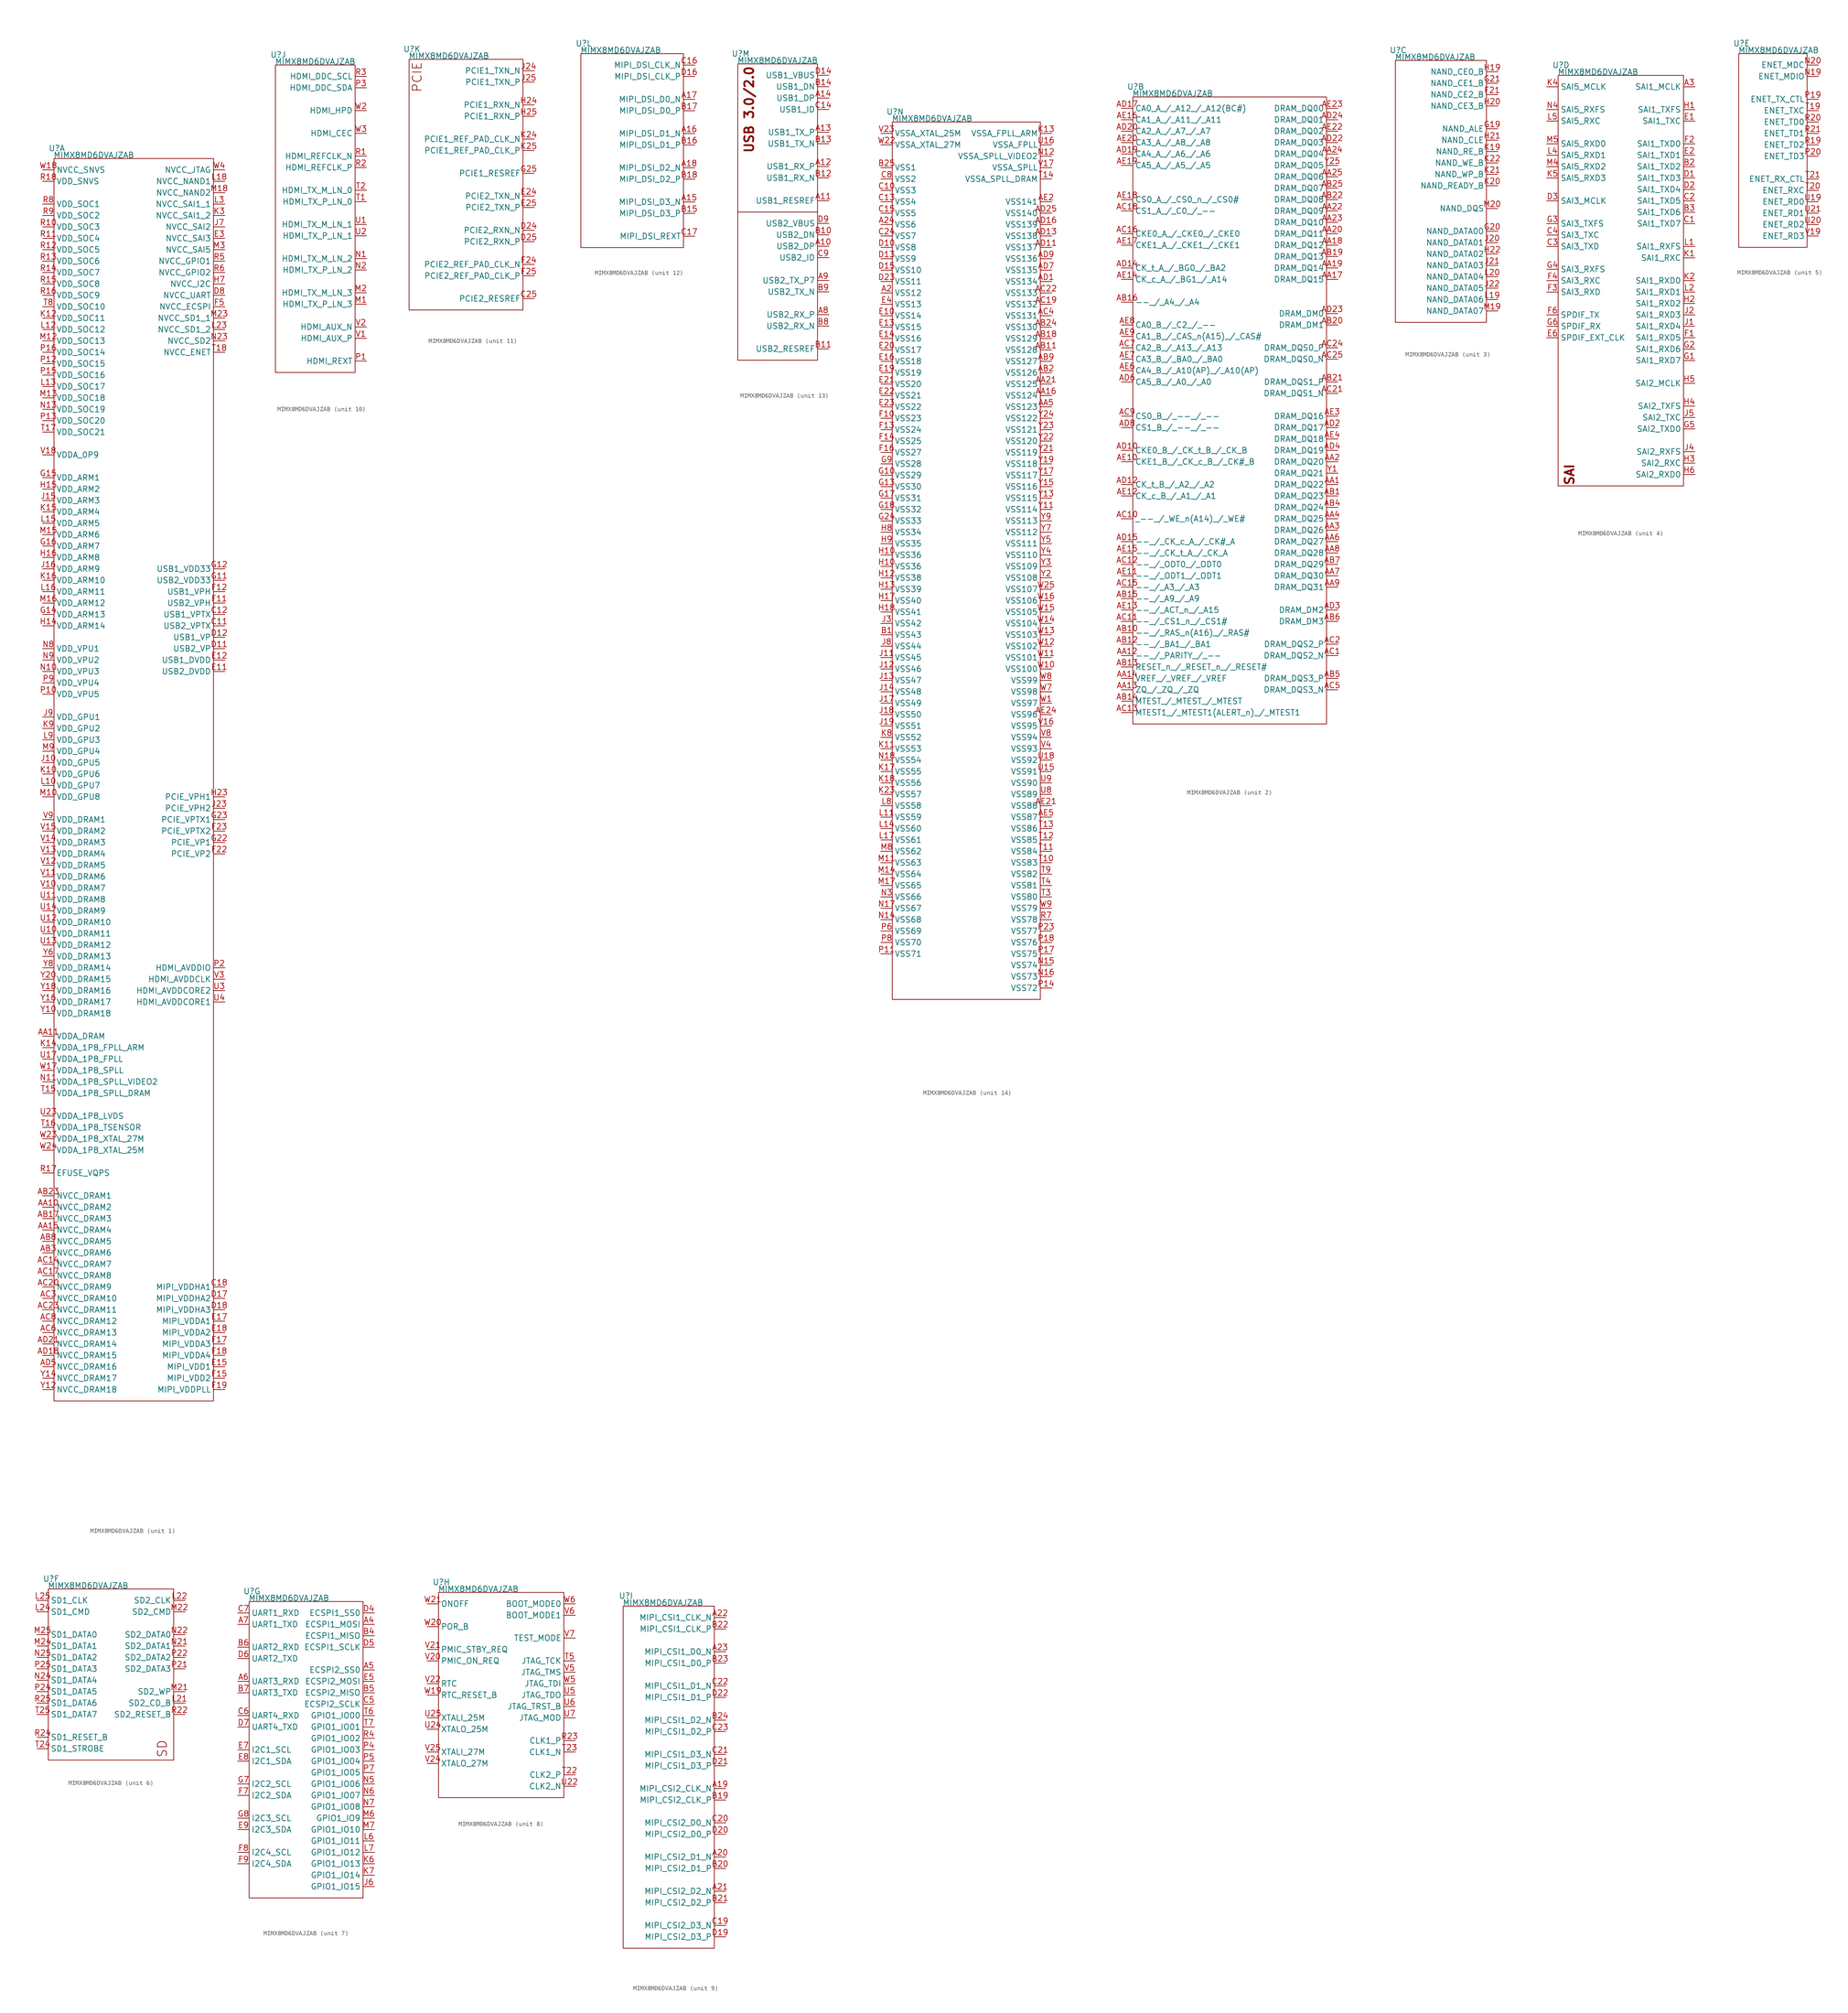
<source format=kicad_sym>
(kicad_symbol_lib
  (version 20231120)
  (generator "kicad_symbol_editor")
  (generator_version "7.99")
  (symbol "MIMX8MD6DVAJZAB"
    (property "Reference" "U"
      (at 0.635 2.286 0)
      (effects (font (size 1.27 1.27))))
    (property "Value" "MIMX8MD6DVAJZAB"
      (at 8.89 0.762 0)
      (effects (font (size 1.27 1.27))))
    (property "ki_locked" ""
      (at 0 0 0)
      (effects (font (size 1.27 1.27))))
    (symbol "MIMX8MD6DVAJZAB_1_0"
      (pin unspecified line (at -2.54 -233.68 0) (length 2.54) (name "NVCC_DRAM2" (effects (font (size 1.27 1.27)))) (number "AA10" (effects (font (size 1.27 1.27)))))
      (pin unspecified line (at -2.54 -195.58 0) (length 2.54) (name "VDDA_DRAM" (effects (font (size 1.27 1.27)))) (number "AA11" (effects (font (size 1.27 1.27)))))
      (pin unspecified line (at -2.54 -238.76 0) (length 2.54) (name "NVCC_DRAM4" (effects (font (size 1.27 1.27)))) (number "AA15" (effects (font (size 1.27 1.27)))))
      (pin unspecified line (at -2.54 -236.22 0) (length 2.54) (name "NVCC_DRAM3" (effects (font (size 1.27 1.27)))) (number "AB17" (effects (font (size 1.27 1.27)))))
      (pin unspecified line (at -2.54 -231.14 0) (length 2.54) (name "NVCC_DRAM1" (effects (font (size 1.27 1.27)))) (number "AB23" (effects (font (size 1.27 1.27)))))
      (pin unspecified line (at -2.54 -243.84 0) (length 2.54) (name "NVCC_DRAM6" (effects (font (size 1.27 1.27)))) (number "AB3" (effects (font (size 1.27 1.27)))))
      (pin unspecified line (at -2.54 -241.3 0) (length 2.54) (name "NVCC_DRAM5" (effects (font (size 1.27 1.27)))) (number "AB8" (effects (font (size 1.27 1.27)))))
      (pin unspecified line (at -2.54 -246.38 0) (length 2.54) (name "NVCC_DRAM7" (effects (font (size 1.27 1.27)))) (number "AC14" (effects (font (size 1.27 1.27)))))
      (pin unspecified line (at -2.54 -248.92 0) (length 2.54) (name "NVCC_DRAM8" (effects (font (size 1.27 1.27)))) (number "AC17" (effects (font (size 1.27 1.27)))))
      (pin unspecified line (at -2.54 -251.46 0) (length 2.54) (name "NVCC_DRAM9" (effects (font (size 1.27 1.27)))) (number "AC20" (effects (font (size 1.27 1.27)))))
      (pin unspecified line (at -2.54 -256.54 0) (length 2.54) (name "NVCC_DRAM11" (effects (font (size 1.27 1.27)))) (number "AC23" (effects (font (size 1.27 1.27)))))
      (pin unspecified line (at -2.54 -254 0) (length 2.54) (name "NVCC_DRAM10" (effects (font (size 1.27 1.27)))) (number "AC3" (effects (font (size 1.27 1.27)))))
      (pin unspecified line (at -2.54 -261.62 0) (length 2.54) (name "NVCC_DRAM13" (effects (font (size 1.27 1.27)))) (number "AC6" (effects (font (size 1.27 1.27)))))
      (pin unspecified line (at -2.54 -259.08 0) (length 2.54) (name "NVCC_DRAM12" (effects (font (size 1.27 1.27)))) (number "AC8" (effects (font (size 1.27 1.27)))))
      (pin unspecified line (at -2.54 -266.7 0) (length 2.54) (name "NVCC_DRAM15" (effects (font (size 1.27 1.27)))) (number "AD18" (effects (font (size 1.27 1.27)))))
      (pin unspecified line (at -2.54 -264.16 0) (length 2.54) (name "NVCC_DRAM14" (effects (font (size 1.27 1.27)))) (number "AD21" (effects (font (size 1.27 1.27)))))
      (pin unspecified line (at -2.54 -269.24 0) (length 2.54) (name "NVCC_DRAM16" (effects (font (size 1.27 1.27)))) (number "AD5" (effects (font (size 1.27 1.27)))))
      (pin unspecified line (at -2.54 -101.6 0) (length 2.54) (name "VDD_ARM13" (effects (font (size 1.27 1.27)))) (number "G14" (effects (font (size 1.27 1.27)))))
      (pin unspecified line (at -2.54 -71.12 0) (length 2.54) (name "VDD_ARM1" (effects (font (size 1.27 1.27)))) (number "G15" (effects (font (size 1.27 1.27)))))
      (pin unspecified line (at -2.54 -86.36 0) (length 2.54) (name "VDD_ARM7" (effects (font (size 1.27 1.27)))) (number "G16" (effects (font (size 1.27 1.27)))))
      (pin unspecified line (at -2.54 -104.14 0) (length 2.54) (name "VDD_ARM14" (effects (font (size 1.27 1.27)))) (number "H14" (effects (font (size 1.27 1.27)))))
      (pin unspecified line (at -2.54 -73.66 0) (length 2.54) (name "VDD_ARM2" (effects (font (size 1.27 1.27)))) (number "H15" (effects (font (size 1.27 1.27)))))
      (pin unspecified line (at -2.54 -88.9 0) (length 2.54) (name "VDD_ARM8" (effects (font (size 1.27 1.27)))) (number "H16" (effects (font (size 1.27 1.27)))))
      (pin unspecified line (at -2.54 -134.62 0) (length 2.54) (name "VDD_GPU5" (effects (font (size 1.27 1.27)))) (number "J10" (effects (font (size 1.27 1.27)))))
      (pin unspecified line (at -2.54 -76.2 0) (length 2.54) (name "VDD_ARM3" (effects (font (size 1.27 1.27)))) (number "J15" (effects (font (size 1.27 1.27)))))
      (pin unspecified line (at -2.54 -91.44 0) (length 2.54) (name "VDD_ARM9" (effects (font (size 1.27 1.27)))) (number "J16" (effects (font (size 1.27 1.27)))))
      (pin unspecified line (at -2.54 -124.46 0) (length 2.54) (name "VDD_GPU1" (effects (font (size 1.27 1.27)))) (number "J9" (effects (font (size 1.27 1.27)))))
      (pin unspecified line (at -2.54 -137.16 0) (length 2.54) (name "VDD_GPU6" (effects (font (size 1.27 1.27)))) (number "K10" (effects (font (size 1.27 1.27)))))
      (pin unspecified line (at -2.54 -35.56 0) (length 2.54) (name "VDD_SOC11" (effects (font (size 1.27 1.27)))) (number "K12" (effects (font (size 1.27 1.27)))))
      (pin unspecified line (at -2.54 -198.12 0) (length 2.54) (name "VDDA_1P8_FPLL_ARM" (effects (font (size 1.27 1.27)))) (number "K14" (effects (font (size 1.27 1.27)))))
      (pin unspecified line (at -2.54 -78.74 0) (length 2.54) (name "VDD_ARM4" (effects (font (size 1.27 1.27)))) (number "K15" (effects (font (size 1.27 1.27)))))
      (pin unspecified line (at -2.54 -93.98 0) (length 2.54) (name "VDD_ARM10" (effects (font (size 1.27 1.27)))) (number "K16" (effects (font (size 1.27 1.27)))))
      (pin unspecified line (at -2.54 -127 0) (length 2.54) (name "VDD_GPU2" (effects (font (size 1.27 1.27)))) (number "K9" (effects (font (size 1.27 1.27)))))
      (pin unspecified line (at -2.54 -139.7 0) (length 2.54) (name "VDD_GPU7" (effects (font (size 1.27 1.27)))) (number "L10" (effects (font (size 1.27 1.27)))))
      (pin unspecified line (at -2.54 -38.1 0) (length 2.54) (name "VDD_SOC12" (effects (font (size 1.27 1.27)))) (number "L12" (effects (font (size 1.27 1.27)))))
      (pin unspecified line (at -2.54 -50.8 0) (length 2.54) (name "VDD_SOC17" (effects (font (size 1.27 1.27)))) (number "L13" (effects (font (size 1.27 1.27)))))
      (pin unspecified line (at -2.54 -81.28 0) (length 2.54) (name "VDD_ARM5" (effects (font (size 1.27 1.27)))) (number "L15" (effects (font (size 1.27 1.27)))))
      (pin unspecified line (at -2.54 -96.52 0) (length 2.54) (name "VDD_ARM11" (effects (font (size 1.27 1.27)))) (number "L16" (effects (font (size 1.27 1.27)))))
      (pin unspecified line (at -2.54 -129.54 0) (length 2.54) (name "VDD_GPU3" (effects (font (size 1.27 1.27)))) (number "L9" (effects (font (size 1.27 1.27)))))
      (pin unspecified line (at -2.54 -142.24 0) (length 2.54) (name "VDD_GPU8" (effects (font (size 1.27 1.27)))) (number "M10" (effects (font (size 1.27 1.27)))))
      (pin unspecified line (at -2.54 -40.64 0) (length 2.54) (name "VDD_SOC13" (effects (font (size 1.27 1.27)))) (number "M12" (effects (font (size 1.27 1.27)))))
      (pin unspecified line (at -2.54 -53.34 0) (length 2.54) (name "VDD_SOC18" (effects (font (size 1.27 1.27)))) (number "M13" (effects (font (size 1.27 1.27)))))
      (pin unspecified line (at -2.54 -83.82 0) (length 2.54) (name "VDD_ARM6" (effects (font (size 1.27 1.27)))) (number "M15" (effects (font (size 1.27 1.27)))))
      (pin unspecified line (at -2.54 -99.06 0) (length 2.54) (name "VDD_ARM12" (effects (font (size 1.27 1.27)))) (number "M16" (effects (font (size 1.27 1.27)))))
      (pin unspecified line (at -2.54 -132.08 0) (length 2.54) (name "VDD_GPU4" (effects (font (size 1.27 1.27)))) (number "M9" (effects (font (size 1.27 1.27)))))
      (pin unspecified line (at -2.54 -114.3 0) (length 2.54) (name "VDD_VPU3" (effects (font (size 1.27 1.27)))) (number "N10" (effects (font (size 1.27 1.27)))))
      (pin unspecified line (at -2.54 -205.74 0) (length 2.54) (name "VDDA_1P8_SPLL_VIDEO2" (effects (font (size 1.27 1.27)))) (number "N11" (effects (font (size 1.27 1.27)))))
      (pin unspecified line (at -2.54 -55.88 0) (length 2.54) (name "VDD_SOC19" (effects (font (size 1.27 1.27)))) (number "N13" (effects (font (size 1.27 1.27)))))
      (pin unspecified line (at -2.54 -109.22 0) (length 2.54) (name "VDD_VPU1" (effects (font (size 1.27 1.27)))) (number "N8" (effects (font (size 1.27 1.27)))))
      (pin unspecified line (at -2.54 -111.76 0) (length 2.54) (name "VDD_VPU2" (effects (font (size 1.27 1.27)))) (number "N9" (effects (font (size 1.27 1.27)))))
      (pin unspecified line (at -2.54 -119.38 0) (length 2.54) (name "VDD_VPU5" (effects (font (size 1.27 1.27)))) (number "P10" (effects (font (size 1.27 1.27)))))
      (pin unspecified line (at -2.54 -45.72 0) (length 2.54) (name "VDD_SOC15" (effects (font (size 1.27 1.27)))) (number "P12" (effects (font (size 1.27 1.27)))))
      (pin unspecified line (at -2.54 -58.42 0) (length 2.54) (name "VDD_SOC20" (effects (font (size 1.27 1.27)))) (number "P13" (effects (font (size 1.27 1.27)))))
      (pin unspecified line (at -2.54 -48.26 0) (length 2.54) (name "VDD_SOC16" (effects (font (size 1.27 1.27)))) (number "P15" (effects (font (size 1.27 1.27)))))
      (pin unspecified line (at -2.54 -43.18 0) (length 2.54) (name "VDD_SOC14" (effects (font (size 1.27 1.27)))) (number "P16" (effects (font (size 1.27 1.27)))))
      (pin unspecified line (at -2.54 -116.84 0) (length 2.54) (name "VDD_VPU4" (effects (font (size 1.27 1.27)))) (number "P9" (effects (font (size 1.27 1.27)))))
      (pin unspecified line (at -2.54 -15.24 0) (length 2.54) (name "VDD_SOC3" (effects (font (size 1.27 1.27)))) (number "R10" (effects (font (size 1.27 1.27)))))
      (pin unspecified line (at -2.54 -17.78 0) (length 2.54) (name "VDD_SOC4" (effects (font (size 1.27 1.27)))) (number "R11" (effects (font (size 1.27 1.27)))))
      (pin unspecified line (at -2.54 -20.32 0) (length 2.54) (name "VDD_SOC5" (effects (font (size 1.27 1.27)))) (number "R12" (effects (font (size 1.27 1.27)))))
      (pin unspecified line (at -2.54 -22.86 0) (length 2.54) (name "VDD_SOC6" (effects (font (size 1.27 1.27)))) (number "R13" (effects (font (size 1.27 1.27)))))
      (pin unspecified line (at -2.54 -25.4 0) (length 2.54) (name "VDD_SOC7" (effects (font (size 1.27 1.27)))) (number "R14" (effects (font (size 1.27 1.27)))))
      (pin unspecified line (at -2.54 -27.94 0) (length 2.54) (name "VDD_SOC8" (effects (font (size 1.27 1.27)))) (number "R15" (effects (font (size 1.27 1.27)))))
      (pin unspecified line (at -2.54 -30.48 0) (length 2.54) (name "VDD_SOC9" (effects (font (size 1.27 1.27)))) (number "R16" (effects (font (size 1.27 1.27)))))
      (pin unspecified line (at -2.54 -226.06 0) (length 2.54) (name "EFUSE_VQPS" (effects (font (size 1.27 1.27)))) (number "R17" (effects (font (size 1.27 1.27)))))
      (pin unspecified line (at -2.54 -5.08 0) (length 2.54) (name "VDD_SNVS" (effects (font (size 1.27 1.27)))) (number "R18" (effects (font (size 1.27 1.27)))))
      (pin unspecified line (at -2.54 -10.16 0) (length 2.54) (name "VDD_SOC1" (effects (font (size 1.27 1.27)))) (number "R8" (effects (font (size 1.27 1.27)))))
      (pin unspecified line (at -2.54 -12.7 0) (length 2.54) (name "VDD_SOC2" (effects (font (size 1.27 1.27)))) (number "R9" (effects (font (size 1.27 1.27)))))
      (pin unspecified line (at -2.54 -208.28 0) (length 2.54) (name "VDDA_1P8_SPLL_DRAM" (effects (font (size 1.27 1.27)))) (number "T15" (effects (font (size 1.27 1.27)))))
      (pin unspecified line (at -2.54 -215.9 0) (length 2.54) (name "VDDA_1P8_TSENSOR" (effects (font (size 1.27 1.27)))) (number "T16" (effects (font (size 1.27 1.27)))))
      (pin unspecified line (at -2.54 -60.96 0) (length 2.54) (name "VDD_SOC21" (effects (font (size 1.27 1.27)))) (number "T17" (effects (font (size 1.27 1.27)))))
      (pin unspecified line (at -2.54 -33.02 0) (length 2.54) (name "VDD_SOC10" (effects (font (size 1.27 1.27)))) (number "T8" (effects (font (size 1.27 1.27)))))
      (pin unspecified line (at -2.54 -172.72 0) (length 2.54) (name "VDD_DRAM11" (effects (font (size 1.27 1.27)))) (number "U10" (effects (font (size 1.27 1.27)))))
      (pin unspecified line (at -2.54 -165.1 0) (length 2.54) (name "VDD_DRAM8" (effects (font (size 1.27 1.27)))) (number "U11" (effects (font (size 1.27 1.27)))))
      (pin unspecified line (at -2.54 -170.18 0) (length 2.54) (name "VDD_DRAM10" (effects (font (size 1.27 1.27)))) (number "U12" (effects (font (size 1.27 1.27)))))
      (pin unspecified line (at -2.54 -175.26 0) (length 2.54) (name "VDD_DRAM12" (effects (font (size 1.27 1.27)))) (number "U13" (effects (font (size 1.27 1.27)))))
      (pin unspecified line (at -2.54 -167.64 0) (length 2.54) (name "VDD_DRAM9" (effects (font (size 1.27 1.27)))) (number "U14" (effects (font (size 1.27 1.27)))))
      (pin unspecified line (at -2.54 -200.66 0) (length 2.54) (name "VDDA_1P8_FPLL" (effects (font (size 1.27 1.27)))) (number "U17" (effects (font (size 1.27 1.27)))))
      (pin unspecified line (at -2.54 -213.36 0) (length 2.54) (name "VDDA_1P8_LVDS" (effects (font (size 1.27 1.27)))) (number "U23" (effects (font (size 1.27 1.27)))))
      (pin unspecified line (at -2.54 -162.56 0) (length 2.54) (name "VDD_DRAM7" (effects (font (size 1.27 1.27)))) (number "V10" (effects (font (size 1.27 1.27)))))
      (pin unspecified line (at -2.54 -160.02 0) (length 2.54) (name "VDD_DRAM6" (effects (font (size 1.27 1.27)))) (number "V11" (effects (font (size 1.27 1.27)))))
      (pin unspecified line (at -2.54 -157.48 0) (length 2.54) (name "VDD_DRAM5" (effects (font (size 1.27 1.27)))) (number "V12" (effects (font (size 1.27 1.27)))))
      (pin unspecified line (at -2.54 -154.94 0) (length 2.54) (name "VDD_DRAM4" (effects (font (size 1.27 1.27)))) (number "V13" (effects (font (size 1.27 1.27)))))
      (pin unspecified line (at -2.54 -152.4 0) (length 2.54) (name "VDD_DRAM3" (effects (font (size 1.27 1.27)))) (number "V14" (effects (font (size 1.27 1.27)))))
      (pin unspecified line (at -2.54 -149.86 0) (length 2.54) (name "VDD_DRAM2" (effects (font (size 1.27 1.27)))) (number "V15" (effects (font (size 1.27 1.27)))))
      (pin unspecified line (at -2.54 -66.04 0) (length 2.54) (name "VDDA_0P9" (effects (font (size 1.27 1.27)))) (number "V18" (effects (font (size 1.27 1.27)))))
      (pin unspecified line (at -2.54 -147.32 0) (length 2.54) (name "VDD_DRAM1" (effects (font (size 1.27 1.27)))) (number "V9" (effects (font (size 1.27 1.27)))))
      (pin unspecified line (at -2.54 -203.2 0) (length 2.54) (name "VDDA_1P8_SPLL" (effects (font (size 1.27 1.27)))) (number "W17" (effects (font (size 1.27 1.27)))))
      (pin passive line (at -2.54 -2.54 0) (length 2.54) (name "NVCC_SNVS" (effects (font (size 1.27 1.27)))) (number "W18" (effects (font (size 1.27 1.27)))))
      (pin unspecified line (at -2.54 -218.44 0) (length 2.54) (name "VDDA_1P8_XTAL_27M" (effects (font (size 1.27 1.27)))) (number "W23" (effects (font (size 1.27 1.27)))))
      (pin unspecified line (at -2.54 -220.98 0) (length 2.54) (name "VDDA_1P8_XTAL_25M" (effects (font (size 1.27 1.27)))) (number "W24" (effects (font (size 1.27 1.27)))))
      (pin unspecified line (at -2.54 -190.5 0) (length 2.54) (name "VDD_DRAM18" (effects (font (size 1.27 1.27)))) (number "Y10" (effects (font (size 1.27 1.27)))))
      (pin unspecified line (at -2.54 -274.32 0) (length 2.54) (name "NVCC_DRAM18" (effects (font (size 1.27 1.27)))) (number "Y12" (effects (font (size 1.27 1.27)))))
      (pin unspecified line (at -2.54 -271.78 0) (length 2.54) (name "NVCC_DRAM17" (effects (font (size 1.27 1.27)))) (number "Y14" (effects (font (size 1.27 1.27)))))
      (pin unspecified line (at -2.54 -187.96 0) (length 2.54) (name "VDD_DRAM17" (effects (font (size 1.27 1.27)))) (number "Y16" (effects (font (size 1.27 1.27)))))
      (pin unspecified line (at -2.54 -185.42 0) (length 2.54) (name "VDD_DRAM16" (effects (font (size 1.27 1.27)))) (number "Y18" (effects (font (size 1.27 1.27)))))
      (pin unspecified line (at -2.54 -182.88 0) (length 2.54) (name "VDD_DRAM15" (effects (font (size 1.27 1.27)))) (number "Y20" (effects (font (size 1.27 1.27)))))
      (pin unspecified line (at -2.54 -177.8 0) (length 2.54) (name "VDD_DRAM13" (effects (font (size 1.27 1.27)))) (number "Y6" (effects (font (size 1.27 1.27)))))
      (pin unspecified line (at -2.54 -180.34 0) (length 2.54) (name "VDD_DRAM14" (effects (font (size 1.27 1.27)))) (number "Y8" (effects (font (size 1.27 1.27))))))
    (symbol "MIMX8MD6DVAJZAB_1_1"
      (rectangle (start 0 0) (end 35.56 -276.86) (stroke (width 0) (type default)) (fill (type none)))
      (pin unspecified line (at 38.1 -104.14 180) (length 2.54) (name "USB2_VPTX" (effects (font (size 1.27 1.27)))) (number "C11" (effects (font (size 1.27 1.27)))))
      (pin unspecified line (at 38.1 -101.6 180) (length 2.54) (name "USB1_VPTX" (effects (font (size 1.27 1.27)))) (number "C12" (effects (font (size 1.27 1.27)))))
      (pin unspecified line (at 38.1 -251.46 180) (length 2.54) (name "MIPI_VDDHA1" (effects (font (size 1.27 1.27)))) (number "C18" (effects (font (size 1.27 1.27)))))
      (pin unspecified line (at 38.1 -109.22 180) (length 2.54) (name "USB2_VP" (effects (font (size 1.27 1.27)))) (number "D11" (effects (font (size 1.27 1.27)))))
      (pin unspecified line (at 38.1 -106.68 180) (length 2.54) (name "USB1_VP" (effects (font (size 1.27 1.27)))) (number "D12" (effects (font (size 1.27 1.27)))))
      (pin unspecified line (at 38.1 -254 180) (length 2.54) (name "MIPI_VDDHA2" (effects (font (size 1.27 1.27)))) (number "D17" (effects (font (size 1.27 1.27)))))
      (pin unspecified line (at 38.1 -256.54 180) (length 2.54) (name "MIPI_VDDHA3" (effects (font (size 1.27 1.27)))) (number "D18" (effects (font (size 1.27 1.27)))))
      (pin unspecified line (at 38.1 -30.48 180) (length 2.54) (name "NVCC_UART" (effects (font (size 1.27 1.27)))) (number "D8" (effects (font (size 1.27 1.27)))))
      (pin unspecified line (at 38.1 -114.3 180) (length 2.54) (name "USB2_DVDD" (effects (font (size 1.27 1.27)))) (number "E11" (effects (font (size 1.27 1.27)))))
      (pin unspecified line (at 38.1 -111.76 180) (length 2.54) (name "USB1_DVDD" (effects (font (size 1.27 1.27)))) (number "E12" (effects (font (size 1.27 1.27)))))
      (pin unspecified line (at 38.1 -269.24 180) (length 2.54) (name "MIPI_VDD1" (effects (font (size 1.27 1.27)))) (number "E15" (effects (font (size 1.27 1.27)))))
      (pin unspecified line (at 38.1 -259.08 180) (length 2.54) (name "MIPI_VDDA1" (effects (font (size 1.27 1.27)))) (number "E17" (effects (font (size 1.27 1.27)))))
      (pin unspecified line (at 38.1 -261.62 180) (length 2.54) (name "MIPI_VDDA2" (effects (font (size 1.27 1.27)))) (number "E18" (effects (font (size 1.27 1.27)))))
      (pin unspecified line (at 38.1 -17.78 180) (length 2.54) (name "NVCC_SAI3" (effects (font (size 1.27 1.27)))) (number "E3" (effects (font (size 1.27 1.27)))))
      (pin unspecified line (at 38.1 -99.06 180) (length 2.54) (name "USB2_VPH" (effects (font (size 1.27 1.27)))) (number "F11" (effects (font (size 1.27 1.27)))))
      (pin unspecified line (at 38.1 -96.52 180) (length 2.54) (name "USB1_VPH" (effects (font (size 1.27 1.27)))) (number "F12" (effects (font (size 1.27 1.27)))))
      (pin unspecified line (at 38.1 -271.78 180) (length 2.54) (name "MIPI_VDD2" (effects (font (size 1.27 1.27)))) (number "F15" (effects (font (size 1.27 1.27)))))
      (pin unspecified line (at 38.1 -264.16 180) (length 2.54) (name "MIPI_VDDA3" (effects (font (size 1.27 1.27)))) (number "F17" (effects (font (size 1.27 1.27)))))
      (pin unspecified line (at 38.1 -266.7 180) (length 2.54) (name "MIPI_VDDA4" (effects (font (size 1.27 1.27)))) (number "F18" (effects (font (size 1.27 1.27)))))
      (pin unspecified line (at 38.1 -274.32 180) (length 2.54) (name "MIPI_VDDPLL" (effects (font (size 1.27 1.27)))) (number "F19" (effects (font (size 1.27 1.27)))))
      (pin unspecified line (at 38.1 -154.94 180) (length 2.54) (name "PCIE_VP2" (effects (font (size 1.27 1.27)))) (number "F22" (effects (font (size 1.27 1.27)))))
      (pin unspecified line (at 38.1 -149.86 180) (length 2.54) (name "PCIE_VPTX2" (effects (font (size 1.27 1.27)))) (number "F23" (effects (font (size 1.27 1.27)))))
      (pin unspecified line (at 38.1 -33.02 180) (length 2.54) (name "NVCC_ECSPI" (effects (font (size 1.27 1.27)))) (number "F5" (effects (font (size 1.27 1.27)))))
      (pin unspecified line (at 38.1 -93.98 180) (length 2.54) (name "USB2_VDD33" (effects (font (size 1.27 1.27)))) (number "G11" (effects (font (size 1.27 1.27)))))
      (pin unspecified line (at 38.1 -91.44 180) (length 2.54) (name "USB1_VDD33" (effects (font (size 1.27 1.27)))) (number "G12" (effects (font (size 1.27 1.27)))))
      (pin unspecified line (at 38.1 -152.4 180) (length 2.54) (name "PCIE_VP1" (effects (font (size 1.27 1.27)))) (number "G22" (effects (font (size 1.27 1.27)))))
      (pin unspecified line (at 38.1 -147.32 180) (length 2.54) (name "PCIE_VPTX1" (effects (font (size 1.27 1.27)))) (number "G23" (effects (font (size 1.27 1.27)))))
      (pin unspecified line (at 38.1 -142.24 180) (length 2.54) (name "PCIE_VPH1" (effects (font (size 1.27 1.27)))) (number "H23" (effects (font (size 1.27 1.27)))))
      (pin unspecified line (at 38.1 -27.94 180) (length 2.54) (name "NVCC_I2C" (effects (font (size 1.27 1.27)))) (number "H7" (effects (font (size 1.27 1.27)))))
      (pin unspecified line (at 38.1 -144.78 180) (length 2.54) (name "PCIE_VPH2" (effects (font (size 1.27 1.27)))) (number "J23" (effects (font (size 1.27 1.27)))))
      (pin unspecified line (at 38.1 -15.24 180) (length 2.54) (name "NVCC_SAI2" (effects (font (size 1.27 1.27)))) (number "J7" (effects (font (size 1.27 1.27)))))
      (pin unspecified line (at 38.1 -12.7 180) (length 2.54) (name "NVCC_SAI1_2" (effects (font (size 1.27 1.27)))) (number "K3" (effects (font (size 1.27 1.27)))))
      (pin unspecified line (at 38.1 -5.08 180) (length 2.54) (name "NVCC_NAND1" (effects (font (size 1.27 1.27)))) (number "L18" (effects (font (size 1.27 1.27)))))
      (pin unspecified line (at 38.1 -38.1 180) (length 2.54) (name "NVCC_SD1_2" (effects (font (size 1.27 1.27)))) (number "L23" (effects (font (size 1.27 1.27)))))
      (pin unspecified line (at 38.1 -10.16 180) (length 2.54) (name "NVCC_SAI1_1" (effects (font (size 1.27 1.27)))) (number "L3" (effects (font (size 1.27 1.27)))))
      (pin unspecified line (at 38.1 -7.62 180) (length 2.54) (name "NVCC_NAND2" (effects (font (size 1.27 1.27)))) (number "M18" (effects (font (size 1.27 1.27)))))
      (pin unspecified line (at 38.1 -35.56 180) (length 2.54) (name "NVCC_SD1_1" (effects (font (size 1.27 1.27)))) (number "M23" (effects (font (size 1.27 1.27)))))
      (pin unspecified line (at 38.1 -20.32 180) (length 2.54) (name "NVCC_SAI5" (effects (font (size 1.27 1.27)))) (number "M3" (effects (font (size 1.27 1.27)))))
      (pin unspecified line (at 38.1 -40.64 180) (length 2.54) (name "NVCC_SD2" (effects (font (size 1.27 1.27)))) (number "N23" (effects (font (size 1.27 1.27)))))
      (pin unspecified line (at 38.1 -180.34 180) (length 2.54) (name "HDMI_AVDDIO" (effects (font (size 1.27 1.27)))) (number "P2" (effects (font (size 1.27 1.27)))))
      (pin unspecified line (at 38.1 -22.86 180) (length 2.54) (name "NVCC_GPIO1" (effects (font (size 1.27 1.27)))) (number "R5" (effects (font (size 1.27 1.27)))))
      (pin unspecified line (at 38.1 -25.4 180) (length 2.54) (name "NVCC_GPIO2" (effects (font (size 1.27 1.27)))) (number "R6" (effects (font (size 1.27 1.27)))))
      (pin unspecified line (at 38.1 -43.18 180) (length 2.54) (name "NVCC_ENET" (effects (font (size 1.27 1.27)))) (number "T18" (effects (font (size 1.27 1.27)))))
      (pin unspecified line (at 38.1 -185.42 180) (length 2.54) (name "HDMI_AVDDCORE2" (effects (font (size 1.27 1.27)))) (number "U3" (effects (font (size 1.27 1.27)))))
      (pin unspecified line (at 38.1 -187.96 180) (length 2.54) (name "HDMI_AVDDCORE1" (effects (font (size 1.27 1.27)))) (number "U4" (effects (font (size 1.27 1.27)))))
      (pin unspecified line (at 38.1 -182.88 180) (length 2.54) (name "HDMI_AVDDCLK" (effects (font (size 1.27 1.27)))) (number "V3" (effects (font (size 1.27 1.27)))))
      (pin unspecified line (at 38.1 -2.54 180) (length 2.54) (name "NVCC_JTAG" (effects (font (size 1.27 1.27)))) (number "W4" (effects (font (size 1.27 1.27))))))
    (symbol "MIMX8MD6DVAJZAB_2_1"
      (rectangle (start 0 0) (end 43.18 -139.7) (stroke (width 0) (type default)) (fill (type none)))
      (pin unspecified line (at 45.72 -86.36 180) (length 2.54) (name "DRAM_DQ22" (effects (font (size 1.27 1.27)))) (number "AA1" (effects (font (size 1.27 1.27)))))
      (pin unspecified line (at -2.54 -124.46 0) (length 2.54) (name "--_/_PARITY_/_--" (effects (font (size 1.27 1.27)))) (number "AA12" (effects (font (size 1.27 1.27)))))
      (pin unspecified line (at -2.54 -132.08 0) (length 2.54) (name "ZQ_/_ZQ_/_ZQ" (effects (font (size 1.27 1.27)))) (number "AA13" (effects (font (size 1.27 1.27)))))
      (pin unspecified line (at -2.54 -129.54 0) (length 2.54) (name "VREF_/_VREF_/_VREF" (effects (font (size 1.27 1.27)))) (number "AA14" (effects (font (size 1.27 1.27)))))
      (pin unspecified line (at 45.72 -40.64 180) (length 2.54) (name "DRAM_DQ15" (effects (font (size 1.27 1.27)))) (number "AA17" (effects (font (size 1.27 1.27)))))
      (pin unspecified line (at 45.72 -33.02 180) (length 2.54) (name "DRAM_DQ12" (effects (font (size 1.27 1.27)))) (number "AA18" (effects (font (size 1.27 1.27)))))
      (pin unspecified line (at 45.72 -38.1 180) (length 2.54) (name "DRAM_DQ14" (effects (font (size 1.27 1.27)))) (number "AA19" (effects (font (size 1.27 1.27)))))
      (pin unspecified line (at 45.72 -81.28 180) (length 2.54) (name "DRAM_DQ20" (effects (font (size 1.27 1.27)))) (number "AA2" (effects (font (size 1.27 1.27)))))
      (pin unspecified line (at 45.72 -30.48 180) (length 2.54) (name "DRAM_DQ11" (effects (font (size 1.27 1.27)))) (number "AA20" (effects (font (size 1.27 1.27)))))
      (pin unspecified line (at 45.72 -25.4 180) (length 2.54) (name "DRAM_DQ09" (effects (font (size 1.27 1.27)))) (number "AA22" (effects (font (size 1.27 1.27)))))
      (pin unspecified line (at 45.72 -27.94 180) (length 2.54) (name "DRAM_DQ10" (effects (font (size 1.27 1.27)))) (number "AA23" (effects (font (size 1.27 1.27)))))
      (pin unspecified line (at 45.72 -12.7 180) (length 2.54) (name "DRAM_DQ04" (effects (font (size 1.27 1.27)))) (number "AA24" (effects (font (size 1.27 1.27)))))
      (pin unspecified line (at 45.72 -17.78 180) (length 2.54) (name "DRAM_DQ06" (effects (font (size 1.27 1.27)))) (number "AA25" (effects (font (size 1.27 1.27)))))
      (pin unspecified line (at 45.72 -96.52 180) (length 2.54) (name "DRAM_DQ26" (effects (font (size 1.27 1.27)))) (number "AA3" (effects (font (size 1.27 1.27)))))
      (pin unspecified line (at 45.72 -93.98 180) (length 2.54) (name "DRAM_DQ25" (effects (font (size 1.27 1.27)))) (number "AA4" (effects (font (size 1.27 1.27)))))
      (pin unspecified line (at 45.72 -99.06 180) (length 2.54) (name "DRAM_DQ27" (effects (font (size 1.27 1.27)))) (number "AA6" (effects (font (size 1.27 1.27)))))
      (pin unspecified line (at 45.72 -106.68 180) (length 2.54) (name "DRAM_DQ30" (effects (font (size 1.27 1.27)))) (number "AA7" (effects (font (size 1.27 1.27)))))
      (pin unspecified line (at 45.72 -101.6 180) (length 2.54) (name "DRAM_DQ28" (effects (font (size 1.27 1.27)))) (number "AA8" (effects (font (size 1.27 1.27)))))
      (pin unspecified line (at 45.72 -109.22 180) (length 2.54) (name "DRAM_DQ31" (effects (font (size 1.27 1.27)))) (number "AA9" (effects (font (size 1.27 1.27)))))
      (pin unspecified line (at 45.72 -88.9 180) (length 2.54) (name "DRAM_DQ23" (effects (font (size 1.27 1.27)))) (number "AB1" (effects (font (size 1.27 1.27)))))
      (pin unspecified line (at -2.54 -119.38 0) (length 2.54) (name "--_/_RAS_n(A16)_/_RAS#" (effects (font (size 1.27 1.27)))) (number "AB10" (effects (font (size 1.27 1.27)))))
      (pin unspecified line (at -2.54 -121.92 0) (length 2.54) (name "--_/_BA1_/_BA1" (effects (font (size 1.27 1.27)))) (number "AB12" (effects (font (size 1.27 1.27)))))
      (pin unspecified line (at -2.54 -127 0) (length 2.54) (name "RESET_n_/_RESET_n_/_RESET#" (effects (font (size 1.27 1.27)))) (number "AB13" (effects (font (size 1.27 1.27)))))
      (pin unspecified line (at -2.54 -134.62 0) (length 2.54) (name "MTEST_/_MTEST_/_MTEST" (effects (font (size 1.27 1.27)))) (number "AB14" (effects (font (size 1.27 1.27)))))
      (pin unspecified line (at -2.54 -111.76 0) (length 2.54) (name "--_/_A9_/_A9" (effects (font (size 1.27 1.27)))) (number "AB15" (effects (font (size 1.27 1.27)))))
      (pin unspecified line (at -2.54 -45.72 0) (length 2.54) (name "--_/_A4_/_A4" (effects (font (size 1.27 1.27)))) (number "AB16" (effects (font (size 1.27 1.27)))))
      (pin unspecified line (at 45.72 -35.56 180) (length 2.54) (name "DRAM_DQ13" (effects (font (size 1.27 1.27)))) (number "AB19" (effects (font (size 1.27 1.27)))))
      (pin unspecified line (at 45.72 -50.8 180) (length 2.54) (name "DRAM_DM1" (effects (font (size 1.27 1.27)))) (number "AB20" (effects (font (size 1.27 1.27)))))
      (pin unspecified line (at 45.72 -63.5 180) (length 2.54) (name "DRAM_DQS1_P" (effects (font (size 1.27 1.27)))) (number "AB21" (effects (font (size 1.27 1.27)))))
      (pin unspecified line (at 45.72 -22.86 180) (length 2.54) (name "DRAM_DQ08" (effects (font (size 1.27 1.27)))) (number "AB22" (effects (font (size 1.27 1.27)))))
      (pin unspecified line (at 45.72 -20.32 180) (length 2.54) (name "DRAM_DQ07" (effects (font (size 1.27 1.27)))) (number "AB25" (effects (font (size 1.27 1.27)))))
      (pin unspecified line (at 45.72 -91.44 180) (length 2.54) (name "DRAM_DQ24" (effects (font (size 1.27 1.27)))) (number "AB4" (effects (font (size 1.27 1.27)))))
      (pin unspecified line (at 45.72 -129.54 180) (length 2.54) (name "DRAM_DQS3_P" (effects (font (size 1.27 1.27)))) (number "AB5" (effects (font (size 1.27 1.27)))))
      (pin unspecified line (at 45.72 -116.84 180) (length 2.54) (name "DRAM_DM3" (effects (font (size 1.27 1.27)))) (number "AB6" (effects (font (size 1.27 1.27)))))
      (pin unspecified line (at 45.72 -104.14 180) (length 2.54) (name "DRAM_DQ29" (effects (font (size 1.27 1.27)))) (number "AB7" (effects (font (size 1.27 1.27)))))
      (pin unspecified line (at 45.72 -124.46 180) (length 2.54) (name "DRAM_DQS2_N" (effects (font (size 1.27 1.27)))) (number "AC1" (effects (font (size 1.27 1.27)))))
      (pin unspecified line (at -2.54 -93.98 0) (length 2.54) (name "_--_/_WE_n(A14)_/_WE#" (effects (font (size 1.27 1.27)))) (number "AC10" (effects (font (size 1.27 1.27)))))
      (pin unspecified line (at -2.54 -116.84 0) (length 2.54) (name "--_/_CS1_n_/_CS1#" (effects (font (size 1.27 1.27)))) (number "AC11" (effects (font (size 1.27 1.27)))))
      (pin unspecified line (at -2.54 -104.14 0) (length 2.54) (name "--_/_ODT0_/_ODT0" (effects (font (size 1.27 1.27)))) (number "AC12" (effects (font (size 1.27 1.27)))))
      (pin unspecified line (at -2.54 -137.16 0) (length 2.54) (name "MTEST1_/_MTEST1(ALERT_n)_/_MTEST1" (effects (font (size 1.27 1.27)))) (number "AC13" (effects (font (size 1.27 1.27)))))
      (pin unspecified line (at -2.54 -109.22 0) (length 2.54) (name "--_/_A3_/_A3" (effects (font (size 1.27 1.27)))) (number "AC15" (effects (font (size 1.27 1.27)))))
      (pin unspecified line (at -2.54 -30.48 0) (length 2.54) (name "CKE0_A_/_CKE0_/_CKE0" (effects (font (size 1.27 1.27)))) (number "AC16" (effects (font (size 1.27 1.27)))))
      (pin unspecified line (at -2.54 -25.4 0) (length 2.54) (name "CS1_A_/_C0_/_--" (effects (font (size 1.27 1.27)))) (number "AC18" (effects (font (size 1.27 1.27)))))
      (pin unspecified line (at 45.72 -121.92 180) (length 2.54) (name "DRAM_DQS2_P" (effects (font (size 1.27 1.27)))) (number "AC2" (effects (font (size 1.27 1.27)))))
      (pin unspecified line (at 45.72 -66.04 180) (length 2.54) (name "DRAM_DQS1_N" (effects (font (size 1.27 1.27)))) (number "AC21" (effects (font (size 1.27 1.27)))))
      (pin unspecified line (at 45.72 -55.88 180) (length 2.54) (name "DRAM_DQS0_P" (effects (font (size 1.27 1.27)))) (number "AC24" (effects (font (size 1.27 1.27)))))
      (pin unspecified line (at 45.72 -58.42 180) (length 2.54) (name "DRAM_DQS0_N" (effects (font (size 1.27 1.27)))) (number "AC25" (effects (font (size 1.27 1.27)))))
      (pin unspecified line (at 45.72 -132.08 180) (length 2.54) (name "DRAM_DQS3_N" (effects (font (size 1.27 1.27)))) (number "AC5" (effects (font (size 1.27 1.27)))))
      (pin unspecified line (at -2.54 -55.88 0) (length 2.54) (name "CA2_B_/_A13_/_A13" (effects (font (size 1.27 1.27)))) (number "AC7" (effects (font (size 1.27 1.27)))))
      (pin unspecified line (at -2.54 -71.12 0) (length 2.54) (name "CS0_B_/_--_/_--" (effects (font (size 1.27 1.27)))) (number "AC9" (effects (font (size 1.27 1.27)))))
      (pin unspecified line (at -2.54 -78.74 0) (length 2.54) (name "CKE0_B_/_CK_t_B_/_CK_B" (effects (font (size 1.27 1.27)))) (number "AD10" (effects (font (size 1.27 1.27)))))
      (pin unspecified line (at -2.54 -86.36 0) (length 2.54) (name "CK_t_B_/_A2_/_A2" (effects (font (size 1.27 1.27)))) (number "AD12" (effects (font (size 1.27 1.27)))))
      (pin unspecified line (at -2.54 -38.1 0) (length 2.54) (name "CK_t_A_/_BG0_/_BA2" (effects (font (size 1.27 1.27)))) (number "AD14" (effects (font (size 1.27 1.27)))))
      (pin unspecified line (at -2.54 -99.06 0) (length 2.54) (name "--_/_CK_c_A_/_CK#_A" (effects (font (size 1.27 1.27)))) (number "AD15" (effects (font (size 1.27 1.27)))))
      (pin unspecified line (at -2.54 -2.54 0) (length 2.54) (name "CA0_A_/_A12_/_A12(BC#)" (effects (font (size 1.27 1.27)))) (number "AD17" (effects (font (size 1.27 1.27)))))
      (pin unspecified line (at -2.54 -12.7 0) (length 2.54) (name "CA4_A_/_A6_/_A6" (effects (font (size 1.27 1.27)))) (number "AD19" (effects (font (size 1.27 1.27)))))
      (pin unspecified line (at 45.72 -73.66 180) (length 2.54) (name "DRAM_DQ17" (effects (font (size 1.27 1.27)))) (number "AD2" (effects (font (size 1.27 1.27)))))
      (pin unspecified line (at -2.54 -7.62 0) (length 2.54) (name "CA2_A_/_A7_/_A7" (effects (font (size 1.27 1.27)))) (number "AD20" (effects (font (size 1.27 1.27)))))
      (pin unspecified line (at 45.72 -10.16 180) (length 2.54) (name "DRAM_DQ03" (effects (font (size 1.27 1.27)))) (number "AD22" (effects (font (size 1.27 1.27)))))
      (pin unspecified line (at 45.72 -48.26 180) (length 2.54) (name "DRAM_DM0" (effects (font (size 1.27 1.27)))) (number "AD23" (effects (font (size 1.27 1.27)))))
      (pin unspecified line (at 45.72 -5.08 180) (length 2.54) (name "DRAM_DQ01" (effects (font (size 1.27 1.27)))) (number "AD24" (effects (font (size 1.27 1.27)))))
      (pin unspecified line (at 45.72 -114.3 180) (length 2.54) (name "DRAM_DM2" (effects (font (size 1.27 1.27)))) (number "AD3" (effects (font (size 1.27 1.27)))))
      (pin unspecified line (at 45.72 -78.74 180) (length 2.54) (name "DRAM_DQ19" (effects (font (size 1.27 1.27)))) (number "AD4" (effects (font (size 1.27 1.27)))))
      (pin unspecified line (at -2.54 -63.5 0) (length 2.54) (name "CA5_B_/_A0_/_A0" (effects (font (size 1.27 1.27)))) (number "AD6" (effects (font (size 1.27 1.27)))))
      (pin unspecified line (at -2.54 -73.66 0) (length 2.54) (name "CS1_B_/_--_/_--" (effects (font (size 1.27 1.27)))) (number "AD8" (effects (font (size 1.27 1.27)))))
      (pin unspecified line (at -2.54 -81.28 0) (length 2.54) (name "CKE1_B_/_CK_c_B_/_CK#_B" (effects (font (size 1.27 1.27)))) (number "AE10" (effects (font (size 1.27 1.27)))))
      (pin unspecified line (at -2.54 -106.68 0) (length 2.54) (name "--_/_ODT1_/_ODT1" (effects (font (size 1.27 1.27)))) (number "AE11" (effects (font (size 1.27 1.27)))))
      (pin unspecified line (at -2.54 -88.9 0) (length 2.54) (name "CK_c_B_/_A1_/_A1" (effects (font (size 1.27 1.27)))) (number "AE12" (effects (font (size 1.27 1.27)))))
      (pin unspecified line (at -2.54 -114.3 0) (length 2.54) (name "--_/_ACT_n_/_A15" (effects (font (size 1.27 1.27)))) (number "AE13" (effects (font (size 1.27 1.27)))))
      (pin unspecified line (at -2.54 -40.64 0) (length 2.54) (name "CK_c_A_/_BG1_/_A14" (effects (font (size 1.27 1.27)))) (number "AE14" (effects (font (size 1.27 1.27)))))
      (pin unspecified line (at -2.54 -101.6 0) (length 2.54) (name "--_/_CK_t_A_/_CK_A" (effects (font (size 1.27 1.27)))) (number "AE15" (effects (font (size 1.27 1.27)))))
      (pin unspecified line (at -2.54 -5.08 0) (length 2.54) (name "CA1_A_/_A11_/_A11" (effects (font (size 1.27 1.27)))) (number "AE16" (effects (font (size 1.27 1.27)))))
      (pin unspecified line (at -2.54 -33.02 0) (length 2.54) (name "CKE1_A_/_CKE1_/_CKE1" (effects (font (size 1.27 1.27)))) (number "AE17" (effects (font (size 1.27 1.27)))))
      (pin unspecified line (at -2.54 -22.86 0) (length 2.54) (name "CS0_A_/_CS0_n_/_CS0#" (effects (font (size 1.27 1.27)))) (number "AE18" (effects (font (size 1.27 1.27)))))
      (pin unspecified line (at -2.54 -15.24 0) (length 2.54) (name "CA5_A_/_A5_/_A5" (effects (font (size 1.27 1.27)))) (number "AE19" (effects (font (size 1.27 1.27)))))
      (pin unspecified line (at -2.54 -10.16 0) (length 2.54) (name "CA3_A_/_A8_/_A8" (effects (font (size 1.27 1.27)))) (number "AE20" (effects (font (size 1.27 1.27)))))
      (pin unspecified line (at 45.72 -7.62 180) (length 2.54) (name "DRAM_DQ02" (effects (font (size 1.27 1.27)))) (number "AE22" (effects (font (size 1.27 1.27)))))
      (pin unspecified line (at 45.72 -2.54 180) (length 2.54) (name "DRAM_DQ00" (effects (font (size 1.27 1.27)))) (number "AE23" (effects (font (size 1.27 1.27)))))
      (pin unspecified line (at 45.72 -71.12 180) (length 2.54) (name "DRAM_DQ16" (effects (font (size 1.27 1.27)))) (number "AE3" (effects (font (size 1.27 1.27)))))
      (pin unspecified line (at 45.72 -76.2 180) (length 2.54) (name "DRAM_DQ18" (effects (font (size 1.27 1.27)))) (number "AE4" (effects (font (size 1.27 1.27)))))
      (pin unspecified line (at -2.54 -60.96 0) (length 2.54) (name "CA4_B_/_A10(AP)_/_A10(AP)" (effects (font (size 1.27 1.27)))) (number "AE6" (effects (font (size 1.27 1.27)))))
      (pin unspecified line (at -2.54 -58.42 0) (length 2.54) (name "CA3_B_/_BA0_/_BA0" (effects (font (size 1.27 1.27)))) (number "AE7" (effects (font (size 1.27 1.27)))))
      (pin unspecified line (at -2.54 -50.8 0) (length 2.54) (name "CA0_B_/_C2_/_--" (effects (font (size 1.27 1.27)))) (number "AE8" (effects (font (size 1.27 1.27)))))
      (pin unspecified line (at -2.54 -53.34 0) (length 2.54) (name "CA1_B_/_CAS_n(A15)_/_CAS#" (effects (font (size 1.27 1.27)))) (number "AE9" (effects (font (size 1.27 1.27)))))
      (pin unspecified line (at 45.72 -83.82 180) (length 2.54) (name "DRAM_DQ21" (effects (font (size 1.27 1.27)))) (number "Y1" (effects (font (size 1.27 1.27)))))
      (pin unspecified line (at 45.72 -15.24 180) (length 2.54) (name "DRAM_DQ05" (effects (font (size 1.27 1.27)))) (number "Y25" (effects (font (size 1.27 1.27))))))
    (symbol "MIMX8MD6DVAJZAB_3_1"
      (rectangle (start 0 0) (end 20.32 -58.42) (stroke (width 0) (type default)) (fill (type none)))
      (pin unspecified line (at 22.86 -7.62 180) (length 2.54) (name "NAND_CE2_B" (effects (font (size 1.27 1.27)))) (number "F21" (effects (font (size 1.27 1.27)))))
      (pin unspecified line (at 22.86 -15.24 180) (length 2.54) (name "NAND_ALE" (effects (font (size 1.27 1.27)))) (number "G19" (effects (font (size 1.27 1.27)))))
      (pin unspecified line (at 22.86 -38.1 180) (length 2.54) (name "NAND_DATA00" (effects (font (size 1.27 1.27)))) (number "G20" (effects (font (size 1.27 1.27)))))
      (pin unspecified line (at 22.86 -5.08 180) (length 2.54) (name "NAND_CE1_B" (effects (font (size 1.27 1.27)))) (number "G21" (effects (font (size 1.27 1.27)))))
      (pin unspecified line (at 22.86 -2.54 180) (length 2.54) (name "NAND_CE0_B" (effects (font (size 1.27 1.27)))) (number "H19" (effects (font (size 1.27 1.27)))))
      (pin unspecified line (at 22.86 -10.16 180) (length 2.54) (name "NAND_CE3_B" (effects (font (size 1.27 1.27)))) (number "H20" (effects (font (size 1.27 1.27)))))
      (pin unspecified line (at 22.86 -17.78 180) (length 2.54) (name "NAND_CLE" (effects (font (size 1.27 1.27)))) (number "H21" (effects (font (size 1.27 1.27)))))
      (pin unspecified line (at 22.86 -43.18 180) (length 2.54) (name "NAND_DATA02" (effects (font (size 1.27 1.27)))) (number "H22" (effects (font (size 1.27 1.27)))))
      (pin unspecified line (at 22.86 -40.64 180) (length 2.54) (name "NAND_DATA01" (effects (font (size 1.27 1.27)))) (number "J20" (effects (font (size 1.27 1.27)))))
      (pin unspecified line (at 22.86 -45.72 180) (length 2.54) (name "NAND_DATA03" (effects (font (size 1.27 1.27)))) (number "J21" (effects (font (size 1.27 1.27)))))
      (pin unspecified line (at 22.86 -50.8 180) (length 2.54) (name "NAND_DATA05" (effects (font (size 1.27 1.27)))) (number "J22" (effects (font (size 1.27 1.27)))))
      (pin unspecified line (at 22.86 -20.32 180) (length 2.54) (name "NAND_RE_B" (effects (font (size 1.27 1.27)))) (number "K19" (effects (font (size 1.27 1.27)))))
      (pin unspecified line (at 22.86 -27.94 180) (length 2.54) (name "NAND_READY_B" (effects (font (size 1.27 1.27)))) (number "K20" (effects (font (size 1.27 1.27)))))
      (pin unspecified line (at 22.86 -25.4 180) (length 2.54) (name "NAND_WP_B" (effects (font (size 1.27 1.27)))) (number "K21" (effects (font (size 1.27 1.27)))))
      (pin unspecified line (at 22.86 -22.86 180) (length 2.54) (name "NAND_WE_B" (effects (font (size 1.27 1.27)))) (number "K22" (effects (font (size 1.27 1.27)))))
      (pin unspecified line (at 22.86 -53.34 180) (length 2.54) (name "NAND_DATA06" (effects (font (size 1.27 1.27)))) (number "L19" (effects (font (size 1.27 1.27)))))
      (pin unspecified line (at 22.86 -48.26 180) (length 2.54) (name "NAND_DATA04" (effects (font (size 1.27 1.27)))) (number "L20" (effects (font (size 1.27 1.27)))))
      (pin unspecified line (at 22.86 -55.88 180) (length 2.54) (name "NAND_DATA07" (effects (font (size 1.27 1.27)))) (number "M19" (effects (font (size 1.27 1.27)))))
      (pin unspecified line (at 22.86 -33.02 180) (length 2.54) (name "NAND_DQS" (effects (font (size 1.27 1.27)))) (number "M20" (effects (font (size 1.27 1.27))))))
    (symbol "MIMX8MD6DVAJZAB_4_0"
      (rectangle (start 0 0) (end 27.94 -91.44) (stroke (width 0) (type default)) (fill (type none)))
      (text "SAI" (at 2.54 -88.9 900) (effects (font (size 2 2) (bold yes)))))
    (symbol "MIMX8MD6DVAJZAB_4_1"
      (pin unspecified line (at 30.48 -2.54 180) (length 2.54) (name "SAI1_MCLK" (effects (font (size 1.27 1.27)))) (number "A3" (effects (font (size 1.27 1.27)))))
      (pin unspecified line (at 30.48 -20.32 180) (length 2.54) (name "SAI1_TXD2" (effects (font (size 1.27 1.27)))) (number "B2" (effects (font (size 1.27 1.27)))))
      (pin unspecified line (at 30.48 -30.48 180) (length 2.54) (name "SAI1_TXD6" (effects (font (size 1.27 1.27)))) (number "B3" (effects (font (size 1.27 1.27)))))
      (pin unspecified line (at 30.48 -33.02 180) (length 2.54) (name "SAI1_TXD7" (effects (font (size 1.27 1.27)))) (number "C1" (effects (font (size 1.27 1.27)))))
      (pin unspecified line (at 30.48 -27.94 180) (length 2.54) (name "SAI1_TXD5" (effects (font (size 1.27 1.27)))) (number "C2" (effects (font (size 1.27 1.27)))))
      (pin unspecified line (at -2.54 -38.1 0) (length 2.54) (name "SAI3_TXD" (effects (font (size 1.27 1.27)))) (number "C3" (effects (font (size 1.27 1.27)))))
      (pin unspecified line (at -2.54 -35.56 0) (length 2.54) (name "SAI3_TXC" (effects (font (size 1.27 1.27)))) (number "C4" (effects (font (size 1.27 1.27)))))
      (pin unspecified line (at 30.48 -22.86 180) (length 2.54) (name "SAI1_TXD3" (effects (font (size 1.27 1.27)))) (number "D1" (effects (font (size 1.27 1.27)))))
      (pin unspecified line (at 30.48 -25.4 180) (length 2.54) (name "SAI1_TXD4" (effects (font (size 1.27 1.27)))) (number "D2" (effects (font (size 1.27 1.27)))))
      (pin unspecified line (at -2.54 -27.94 0) (length 2.54) (name "SAI3_MCLK" (effects (font (size 1.27 1.27)))) (number "D3" (effects (font (size 1.27 1.27)))))
      (pin unspecified line (at 30.48 -10.16 180) (length 2.54) (name "SAI1_TXC" (effects (font (size 1.27 1.27)))) (number "E1" (effects (font (size 1.27 1.27)))))
      (pin unspecified line (at 30.48 -17.78 180) (length 2.54) (name "SAI1_TXD1" (effects (font (size 1.27 1.27)))) (number "E2" (effects (font (size 1.27 1.27)))))
      (pin unspecified line (at -2.54 -58.42 0) (length 2.54) (name "SPDIF_EXT_CLK" (effects (font (size 1.27 1.27)))) (number "E6" (effects (font (size 1.27 1.27)))))
      (pin unspecified line (at 30.48 -58.42 180) (length 2.54) (name "SAI1_RXD5" (effects (font (size 1.27 1.27)))) (number "F1" (effects (font (size 1.27 1.27)))))
      (pin unspecified line (at 30.48 -15.24 180) (length 2.54) (name "SAI1_TXD0" (effects (font (size 1.27 1.27)))) (number "F2" (effects (font (size 1.27 1.27)))))
      (pin unspecified line (at -2.54 -48.26 0) (length 2.54) (name "SAI3_RXD" (effects (font (size 1.27 1.27)))) (number "F3" (effects (font (size 1.27 1.27)))))
      (pin unspecified line (at -2.54 -45.72 0) (length 2.54) (name "SAI3_RXC" (effects (font (size 1.27 1.27)))) (number "F4" (effects (font (size 1.27 1.27)))))
      (pin unspecified line (at -2.54 -53.34 0) (length 2.54) (name "SPDIF_TX" (effects (font (size 1.27 1.27)))) (number "F6" (effects (font (size 1.27 1.27)))))
      (pin unspecified line (at 30.48 -63.5 180) (length 2.54) (name "SAI1_RXD7" (effects (font (size 1.27 1.27)))) (number "G1" (effects (font (size 1.27 1.27)))))
      (pin unspecified line (at 30.48 -60.96 180) (length 2.54) (name "SAI1_RXD6" (effects (font (size 1.27 1.27)))) (number "G2" (effects (font (size 1.27 1.27)))))
      (pin unspecified line (at -2.54 -33.02 0) (length 2.54) (name "SAI3_TXFS" (effects (font (size 1.27 1.27)))) (number "G3" (effects (font (size 1.27 1.27)))))
      (pin unspecified line (at -2.54 -43.18 0) (length 2.54) (name "SAI3_RXFS" (effects (font (size 1.27 1.27)))) (number "G4" (effects (font (size 1.27 1.27)))))
      (pin unspecified line (at 30.48 -78.74 180) (length 2.54) (name "SAI2_TXD0" (effects (font (size 1.27 1.27)))) (number "G5" (effects (font (size 1.27 1.27)))))
      (pin unspecified line (at -2.54 -55.88 0) (length 2.54) (name "SPDIF_RX" (effects (font (size 1.27 1.27)))) (number "G6" (effects (font (size 1.27 1.27)))))
      (pin unspecified line (at 30.48 -7.62 180) (length 2.54) (name "SAI1_TXFS" (effects (font (size 1.27 1.27)))) (number "H1" (effects (font (size 1.27 1.27)))))
      (pin unspecified line (at 30.48 -50.8 180) (length 2.54) (name "SAI1_RXD2" (effects (font (size 1.27 1.27)))) (number "H2" (effects (font (size 1.27 1.27)))))
      (pin unspecified line (at 30.48 -86.36 180) (length 2.54) (name "SAI2_RXC" (effects (font (size 1.27 1.27)))) (number "H3" (effects (font (size 1.27 1.27)))))
      (pin unspecified line (at 30.48 -73.66 180) (length 2.54) (name "SAI2_TXFS" (effects (font (size 1.27 1.27)))) (number "H4" (effects (font (size 1.27 1.27)))))
      (pin unspecified line (at 30.48 -68.58 180) (length 2.54) (name "SAI2_MCLK" (effects (font (size 1.27 1.27)))) (number "H5" (effects (font (size 1.27 1.27)))))
      (pin unspecified line (at 30.48 -88.9 180) (length 2.54) (name "SAI2_RXD0" (effects (font (size 1.27 1.27)))) (number "H6" (effects (font (size 1.27 1.27)))))
      (pin unspecified line (at 30.48 -55.88 180) (length 2.54) (name "SAI1_RXD4" (effects (font (size 1.27 1.27)))) (number "J1" (effects (font (size 1.27 1.27)))))
      (pin unspecified line (at 30.48 -53.34 180) (length 2.54) (name "SAI1_RXD3" (effects (font (size 1.27 1.27)))) (number "J2" (effects (font (size 1.27 1.27)))))
      (pin unspecified line (at 30.48 -83.82 180) (length 2.54) (name "SAI2_RXFS" (effects (font (size 1.27 1.27)))) (number "J4" (effects (font (size 1.27 1.27)))))
      (pin unspecified line (at 30.48 -76.2 180) (length 2.54) (name "SAI2_TXC" (effects (font (size 1.27 1.27)))) (number "J5" (effects (font (size 1.27 1.27)))))
      (pin unspecified line (at 30.48 -40.64 180) (length 2.54) (name "SAI1_RXC" (effects (font (size 1.27 1.27)))) (number "K1" (effects (font (size 1.27 1.27)))))
      (pin unspecified line (at 30.48 -45.72 180) (length 2.54) (name "SAI1_RXD0" (effects (font (size 1.27 1.27)))) (number "K2" (effects (font (size 1.27 1.27)))))
      (pin unspecified line (at -2.54 -2.54 0) (length 2.54) (name "SAI5_MCLK" (effects (font (size 1.27 1.27)))) (number "K4" (effects (font (size 1.27 1.27)))))
      (pin unspecified line (at -2.54 -22.86 0) (length 2.54) (name "SAI5_RXD3" (effects (font (size 1.27 1.27)))) (number "K5" (effects (font (size 1.27 1.27)))))
      (pin unspecified line (at 30.48 -38.1 180) (length 2.54) (name "SAI1_RXFS" (effects (font (size 1.27 1.27)))) (number "L1" (effects (font (size 1.27 1.27)))))
      (pin unspecified line (at 30.48 -48.26 180) (length 2.54) (name "SAI1_RXD1" (effects (font (size 1.27 1.27)))) (number "L2" (effects (font (size 1.27 1.27)))))
      (pin unspecified line (at -2.54 -17.78 0) (length 2.54) (name "SAI5_RXD1" (effects (font (size 1.27 1.27)))) (number "L4" (effects (font (size 1.27 1.27)))))
      (pin unspecified line (at -2.54 -10.16 0) (length 2.54) (name "SAI5_RXC" (effects (font (size 1.27 1.27)))) (number "L5" (effects (font (size 1.27 1.27)))))
      (pin unspecified line (at -2.54 -20.32 0) (length 2.54) (name "SAI5_RXD2" (effects (font (size 1.27 1.27)))) (number "M4" (effects (font (size 1.27 1.27)))))
      (pin unspecified line (at -2.54 -15.24 0) (length 2.54) (name "SAI5_RXD0" (effects (font (size 1.27 1.27)))) (number "M5" (effects (font (size 1.27 1.27)))))
      (pin unspecified line (at -2.54 -7.62 0) (length 2.54) (name "SAI5_RXFS" (effects (font (size 1.27 1.27)))) (number "N4" (effects (font (size 1.27 1.27))))))
    (symbol "MIMX8MD6DVAJZAB_5_0"
      (rectangle (start 0 0) (end 15.24 -43.18) (stroke (width 0) (type default)) (fill (type none))))
    (symbol "MIMX8MD6DVAJZAB_5_1"
      (pin unspecified line (at 17.78 -5.08 180) (length 2.54) (name "ENET_MDIO" (effects (font (size 1.27 1.27)))) (number "N19" (effects (font (size 1.27 1.27)))))
      (pin unspecified line (at 17.78 -2.54 180) (length 2.54) (name "ENET_MDC" (effects (font (size 1.27 1.27)))) (number "N20" (effects (font (size 1.27 1.27)))))
      (pin unspecified line (at 17.78 -10.16 180) (length 2.54) (name "ENET_TX_CTL" (effects (font (size 1.27 1.27)))) (number "P19" (effects (font (size 1.27 1.27)))))
      (pin unspecified line (at 17.78 -22.86 180) (length 2.54) (name "ENET_TD3" (effects (font (size 1.27 1.27)))) (number "P20" (effects (font (size 1.27 1.27)))))
      (pin unspecified line (at 17.78 -20.32 180) (length 2.54) (name "ENET_TD2" (effects (font (size 1.27 1.27)))) (number "R19" (effects (font (size 1.27 1.27)))))
      (pin unspecified line (at 17.78 -15.24 180) (length 2.54) (name "ENET_TD0" (effects (font (size 1.27 1.27)))) (number "R20" (effects (font (size 1.27 1.27)))))
      (pin unspecified line (at 17.78 -17.78 180) (length 2.54) (name "ENET_TD1" (effects (font (size 1.27 1.27)))) (number "R21" (effects (font (size 1.27 1.27)))))
      (pin unspecified line (at 17.78 -12.7 180) (length 2.54) (name "ENET_TXC" (effects (font (size 1.27 1.27)))) (number "T19" (effects (font (size 1.27 1.27)))))
      (pin unspecified line (at 17.78 -30.48 180) (length 2.54) (name "ENET_RXC" (effects (font (size 1.27 1.27)))) (number "T20" (effects (font (size 1.27 1.27)))))
      (pin unspecified line (at 17.78 -27.94 180) (length 2.54) (name "ENET_RX_CTL" (effects (font (size 1.27 1.27)))) (number "T21" (effects (font (size 1.27 1.27)))))
      (pin unspecified line (at 17.78 -33.02 180) (length 2.54) (name "ENET_RD0" (effects (font (size 1.27 1.27)))) (number "U19" (effects (font (size 1.27 1.27)))))
      (pin unspecified line (at 17.78 -38.1 180) (length 2.54) (name "ENET_RD2" (effects (font (size 1.27 1.27)))) (number "U20" (effects (font (size 1.27 1.27)))))
      (pin unspecified line (at 17.78 -35.56 180) (length 2.54) (name "ENET_RD1" (effects (font (size 1.27 1.27)))) (number "U21" (effects (font (size 1.27 1.27)))))
      (pin unspecified line (at 17.78 -40.64 180) (length 2.54) (name "ENET_RD3" (effects (font (size 1.27 1.27)))) (number "V19" (effects (font (size 1.27 1.27))))))
    (symbol "MIMX8MD6DVAJZAB_6_0"
      (rectangle (start 0 0) (end 27.94 -38.1) (stroke (width 0) (type default)) (fill (type none))))
    (symbol "MIMX8MD6DVAJZAB_6_1"
      (text "SD" (at 25.4 -35.56 900) (effects (font (size 2 2))))
      (pin unspecified line (at 30.48 -25.4 180) (length 2.54) (name "SD2_CD_B" (effects (font (size 1.27 1.27)))) (number "L21" (effects (font (size 1.27 1.27)))))
      (pin unspecified line (at 30.48 -2.54 180) (length 2.54) (name "SD2_CLK" (effects (font (size 1.27 1.27)))) (number "L22" (effects (font (size 1.27 1.27)))))
      (pin unspecified line (at -2.54 -5.08 0) (length 2.54) (name "SD1_CMD" (effects (font (size 1.27 1.27)))) (number "L24" (effects (font (size 1.27 1.27)))))
      (pin unspecified line (at -2.54 -2.54 0) (length 2.54) (name "SD1_CLK" (effects (font (size 1.27 1.27)))) (number "L25" (effects (font (size 1.27 1.27)))))
      (pin unspecified line (at 30.48 -22.86 180) (length 2.54) (name "SD2_WP" (effects (font (size 1.27 1.27)))) (number "M21" (effects (font (size 1.27 1.27)))))
      (pin unspecified line (at 30.48 -5.08 180) (length 2.54) (name "SD2_CMD" (effects (font (size 1.27 1.27)))) (number "M22" (effects (font (size 1.27 1.27)))))
      (pin unspecified line (at -2.54 -12.7 0) (length 2.54) (name "SD1_DATA1" (effects (font (size 1.27 1.27)))) (number "M24" (effects (font (size 1.27 1.27)))))
      (pin unspecified line (at -2.54 -10.16 0) (length 2.54) (name "SD1_DATA0" (effects (font (size 1.27 1.27)))) (number "M25" (effects (font (size 1.27 1.27)))))
      (pin unspecified line (at 30.48 -12.7 180) (length 2.54) (name "SD2_DATA1" (effects (font (size 1.27 1.27)))) (number "N21" (effects (font (size 1.27 1.27)))))
      (pin unspecified line (at 30.48 -10.16 180) (length 2.54) (name "SD2_DATA0" (effects (font (size 1.27 1.27)))) (number "N22" (effects (font (size 1.27 1.27)))))
      (pin unspecified line (at -2.54 -20.32 0) (length 2.54) (name "SD1_DATA4" (effects (font (size 1.27 1.27)))) (number "N24" (effects (font (size 1.27 1.27)))))
      (pin unspecified line (at -2.54 -15.24 0) (length 2.54) (name "SD1_DATA2" (effects (font (size 1.27 1.27)))) (number "N25" (effects (font (size 1.27 1.27)))))
      (pin unspecified line (at 30.48 -17.78 180) (length 2.54) (name "SD2_DATA3" (effects (font (size 1.27 1.27)))) (number "P21" (effects (font (size 1.27 1.27)))))
      (pin unspecified line (at 30.48 -15.24 180) (length 2.54) (name "SD2_DATA2" (effects (font (size 1.27 1.27)))) (number "P22" (effects (font (size 1.27 1.27)))))
      (pin unspecified line (at -2.54 -22.86 0) (length 2.54) (name "SD1_DATA5" (effects (font (size 1.27 1.27)))) (number "P24" (effects (font (size 1.27 1.27)))))
      (pin unspecified line (at -2.54 -17.78 0) (length 2.54) (name "SD1_DATA3" (effects (font (size 1.27 1.27)))) (number "P25" (effects (font (size 1.27 1.27)))))
      (pin unspecified line (at 30.48 -27.94 180) (length 2.54) (name "SD2_RESET_B" (effects (font (size 1.27 1.27)))) (number "R22" (effects (font (size 1.27 1.27)))))
      (pin unspecified line (at -2.54 -33.02 0) (length 2.54) (name "SD1_RESET_B" (effects (font (size 1.27 1.27)))) (number "R24" (effects (font (size 1.27 1.27)))))
      (pin unspecified line (at -2.54 -25.4 0) (length 2.54) (name "SD1_DATA6" (effects (font (size 1.27 1.27)))) (number "R25" (effects (font (size 1.27 1.27)))))
      (pin unspecified line (at -2.54 -35.56 0) (length 2.54) (name "SD1_STROBE" (effects (font (size 1.27 1.27)))) (number "T24" (effects (font (size 1.27 1.27)))))
      (pin unspecified line (at -2.54 -27.94 0) (length 2.54) (name "SD1_DATA7" (effects (font (size 1.27 1.27)))) (number "T25" (effects (font (size 1.27 1.27))))))
    (symbol "MIMX8MD6DVAJZAB_7_1"
      (rectangle (start 0 0) (end 25.4 -66.04) (stroke (width 0) (type default)) (fill (type none)))
      (pin unspecified line (at 27.94 -5.08 180) (length 2.54) (name "ECSPI1_MOSI" (effects (font (size 1.27 1.27)))) (number "A4" (effects (font (size 1.27 1.27)))))
      (pin unspecified line (at 27.94 -15.24 180) (length 2.54) (name "ECSPI2_SS0" (effects (font (size 1.27 1.27)))) (number "A5" (effects (font (size 1.27 1.27)))))
      (pin unspecified line (at -2.54 -17.78 0) (length 2.54) (name "UART3_RXD" (effects (font (size 1.27 1.27)))) (number "A6" (effects (font (size 1.27 1.27)))))
      (pin unspecified line (at -2.54 -5.08 0) (length 2.54) (name "UART1_TXD" (effects (font (size 1.27 1.27)))) (number "A7" (effects (font (size 1.27 1.27)))))
      (pin unspecified line (at 27.94 -7.62 180) (length 2.54) (name "ECSPI1_MISO" (effects (font (size 1.27 1.27)))) (number "B4" (effects (font (size 1.27 1.27)))))
      (pin unspecified line (at 27.94 -20.32 180) (length 2.54) (name "ECSPI2_MISO" (effects (font (size 1.27 1.27)))) (number "B5" (effects (font (size 1.27 1.27)))))
      (pin unspecified line (at -2.54 -10.16 0) (length 2.54) (name "UART2_RXD" (effects (font (size 1.27 1.27)))) (number "B6" (effects (font (size 1.27 1.27)))))
      (pin unspecified line (at -2.54 -20.32 0) (length 2.54) (name "UART3_TXD" (effects (font (size 1.27 1.27)))) (number "B7" (effects (font (size 1.27 1.27)))))
      (pin unspecified line (at 27.94 -22.86 180) (length 2.54) (name "ECSPI2_SCLK" (effects (font (size 1.27 1.27)))) (number "C5" (effects (font (size 1.27 1.27)))))
      (pin unspecified line (at -2.54 -25.4 0) (length 2.54) (name "UART4_RXD" (effects (font (size 1.27 1.27)))) (number "C6" (effects (font (size 1.27 1.27)))))
      (pin unspecified line (at -2.54 -2.54 0) (length 2.54) (name "UART1_RXD" (effects (font (size 1.27 1.27)))) (number "C7" (effects (font (size 1.27 1.27)))))
      (pin unspecified line (at 27.94 -2.54 180) (length 2.54) (name "ECSPI1_SS0" (effects (font (size 1.27 1.27)))) (number "D4" (effects (font (size 1.27 1.27)))))
      (pin unspecified line (at 27.94 -10.16 180) (length 2.54) (name "ECSPI1_SCLK" (effects (font (size 1.27 1.27)))) (number "D5" (effects (font (size 1.27 1.27)))))
      (pin unspecified line (at -2.54 -12.7 0) (length 2.54) (name "UART2_TXD" (effects (font (size 1.27 1.27)))) (number "D6" (effects (font (size 1.27 1.27)))))
      (pin unspecified line (at -2.54 -27.94 0) (length 2.54) (name "UART4_TXD" (effects (font (size 1.27 1.27)))) (number "D7" (effects (font (size 1.27 1.27)))))
      (pin unspecified line (at 27.94 -17.78 180) (length 2.54) (name "ECSPI2_MOSI" (effects (font (size 1.27 1.27)))) (number "E5" (effects (font (size 1.27 1.27)))))
      (pin unspecified line (at -2.54 -33.02 0) (length 2.54) (name "I2C1_SCL" (effects (font (size 1.27 1.27)))) (number "E7" (effects (font (size 1.27 1.27)))))
      (pin unspecified line (at -2.54 -35.56 0) (length 2.54) (name "I2C1_SDA" (effects (font (size 1.27 1.27)))) (number "E8" (effects (font (size 1.27 1.27)))))
      (pin unspecified line (at -2.54 -50.8 0) (length 2.54) (name "I2C3_SDA" (effects (font (size 1.27 1.27)))) (number "E9" (effects (font (size 1.27 1.27)))))
      (pin unspecified line (at -2.54 -43.18 0) (length 2.54) (name "I2C2_SDA" (effects (font (size 1.27 1.27)))) (number "F7" (effects (font (size 1.27 1.27)))))
      (pin unspecified line (at -2.54 -55.88 0) (length 2.54) (name "I2C4_SCL" (effects (font (size 1.27 1.27)))) (number "F8" (effects (font (size 1.27 1.27)))))
      (pin unspecified line (at -2.54 -58.42 0) (length 2.54) (name "I2C4_SDA" (effects (font (size 1.27 1.27)))) (number "F9" (effects (font (size 1.27 1.27)))))
      (pin unspecified line (at -2.54 -40.64 0) (length 2.54) (name "I2C2_SCL" (effects (font (size 1.27 1.27)))) (number "G7" (effects (font (size 1.27 1.27)))))
      (pin unspecified line (at -2.54 -48.26 0) (length 2.54) (name "I2C3_SCL" (effects (font (size 1.27 1.27)))) (number "G8" (effects (font (size 1.27 1.27)))))
      (pin unspecified line (at 27.94 -63.5 180) (length 2.54) (name "GPIO1_IO15" (effects (font (size 1.27 1.27)))) (number "J6" (effects (font (size 1.27 1.27)))))
      (pin unspecified line (at 27.94 -58.42 180) (length 2.54) (name "GPIO1_IO13" (effects (font (size 1.27 1.27)))) (number "K6" (effects (font (size 1.27 1.27)))))
      (pin unspecified line (at 27.94 -60.96 180) (length 2.54) (name "GPIO1_IO14" (effects (font (size 1.27 1.27)))) (number "K7" (effects (font (size 1.27 1.27)))))
      (pin unspecified line (at 27.94 -53.34 180) (length 2.54) (name "GPIO1_IO11" (effects (font (size 1.27 1.27)))) (number "L6" (effects (font (size 1.27 1.27)))))
      (pin unspecified line (at 27.94 -55.88 180) (length 2.54) (name "GPIO1_IO12" (effects (font (size 1.27 1.27)))) (number "L7" (effects (font (size 1.27 1.27)))))
      (pin unspecified line (at 27.94 -48.26 180) (length 2.54) (name "GPIO1_IO9" (effects (font (size 1.27 1.27)))) (number "M6" (effects (font (size 1.27 1.27)))))
      (pin unspecified line (at 27.94 -50.8 180) (length 2.54) (name "GPIO1_IO10" (effects (font (size 1.27 1.27)))) (number "M7" (effects (font (size 1.27 1.27)))))
      (pin unspecified line (at 27.94 -40.64 180) (length 2.54) (name "GPIO1_IO06" (effects (font (size 1.27 1.27)))) (number "N5" (effects (font (size 1.27 1.27)))))
      (pin unspecified line (at 27.94 -43.18 180) (length 2.54) (name "GPIO1_IO07" (effects (font (size 1.27 1.27)))) (number "N6" (effects (font (size 1.27 1.27)))))
      (pin unspecified line (at 27.94 -45.72 180) (length 2.54) (name "GPIO1_IO08" (effects (font (size 1.27 1.27)))) (number "N7" (effects (font (size 1.27 1.27)))))
      (pin unspecified line (at 27.94 -33.02 180) (length 2.54) (name "GPIO1_IO03" (effects (font (size 1.27 1.27)))) (number "P4" (effects (font (size 1.27 1.27)))))
      (pin unspecified line (at 27.94 -35.56 180) (length 2.54) (name "GPIO1_IO04" (effects (font (size 1.27 1.27)))) (number "P5" (effects (font (size 1.27 1.27)))))
      (pin unspecified line (at 27.94 -38.1 180) (length 2.54) (name "GPIO1_IO05" (effects (font (size 1.27 1.27)))) (number "P7" (effects (font (size 1.27 1.27)))))
      (pin unspecified line (at 27.94 -30.48 180) (length 2.54) (name "GPIO1_IO02" (effects (font (size 1.27 1.27)))) (number "R4" (effects (font (size 1.27 1.27)))))
      (pin unspecified line (at 27.94 -25.4 180) (length 2.54) (name "GPIO1_IO00" (effects (font (size 1.27 1.27)))) (number "T6" (effects (font (size 1.27 1.27)))))
      (pin unspecified line (at 27.94 -27.94 180) (length 2.54) (name "GPIO1_IO01" (effects (font (size 1.27 1.27)))) (number "T7" (effects (font (size 1.27 1.27))))))
    (symbol "MIMX8MD6DVAJZAB_8_1"
      (rectangle (start 0 0) (end 27.94 -45.72) (stroke (width 0) (type default)) (fill (type none)))
      (pin unspecified line (at 30.48 -33.02 180) (length 2.54) (name "CLK1_P" (effects (font (size 1.27 1.27)))) (number "R23" (effects (font (size 1.27 1.27)))))
      (pin unspecified line (at 30.48 -40.64 180) (length 2.54) (name "CLK2_P" (effects (font (size 1.27 1.27)))) (number "T22" (effects (font (size 1.27 1.27)))))
      (pin unspecified line (at 30.48 -35.56 180) (length 2.54) (name "CLK1_N" (effects (font (size 1.27 1.27)))) (number "T23" (effects (font (size 1.27 1.27)))))
      (pin unspecified line (at 30.48 -15.24 180) (length 2.54) (name "JTAG_TCK" (effects (font (size 1.27 1.27)))) (number "T5" (effects (font (size 1.27 1.27)))))
      (pin unspecified line (at 30.48 -43.18 180) (length 2.54) (name "CLK2_N" (effects (font (size 1.27 1.27)))) (number "U22" (effects (font (size 1.27 1.27)))))
      (pin unspecified line (at -2.54 -30.48 0) (length 2.54) (name "XTALO_25M" (effects (font (size 1.27 1.27)))) (number "U24" (effects (font (size 1.27 1.27)))))
      (pin unspecified line (at -2.54 -27.94 0) (length 2.54) (name "XTALI_25M" (effects (font (size 1.27 1.27)))) (number "U25" (effects (font (size 1.27 1.27)))))
      (pin unspecified line (at 30.48 -22.86 180) (length 2.54) (name "JTAG_TDO" (effects (font (size 1.27 1.27)))) (number "U5" (effects (font (size 1.27 1.27)))))
      (pin unspecified line (at 30.48 -25.4 180) (length 2.54) (name "JTAG_TRST_B" (effects (font (size 1.27 1.27)))) (number "U6" (effects (font (size 1.27 1.27)))))
      (pin unspecified line (at 30.48 -27.94 180) (length 2.54) (name "JTAG_MOD" (effects (font (size 1.27 1.27)))) (number "U7" (effects (font (size 1.27 1.27)))))
      (pin unspecified line (at -2.54 -15.24 0) (length 2.54) (name "PMIC_ON_REQ" (effects (font (size 1.27 1.27)))) (number "V20" (effects (font (size 1.27 1.27)))))
      (pin unspecified line (at -2.54 -12.7 0) (length 2.54) (name "PMIC_STBY_REQ" (effects (font (size 1.27 1.27)))) (number "V21" (effects (font (size 1.27 1.27)))))
      (pin unspecified line (at -2.54 -20.32 0) (length 2.54) (name "RTC" (effects (font (size 1.27 1.27)))) (number "V22" (effects (font (size 1.27 1.27)))))
      (pin unspecified line (at -2.54 -38.1 0) (length 2.54) (name "XTALO_27M" (effects (font (size 1.27 1.27)))) (number "V24" (effects (font (size 1.27 1.27)))))
      (pin unspecified line (at -2.54 -35.56 0) (length 2.54) (name "XTALI_27M" (effects (font (size 1.27 1.27)))) (number "V25" (effects (font (size 1.27 1.27)))))
      (pin unspecified line (at 30.48 -17.78 180) (length 2.54) (name "JTAG_TMS" (effects (font (size 1.27 1.27)))) (number "V5" (effects (font (size 1.27 1.27)))))
      (pin unspecified line (at 30.48 -5.08 180) (length 2.54) (name "BOOT_MODE1" (effects (font (size 1.27 1.27)))) (number "V6" (effects (font (size 1.27 1.27)))))
      (pin unspecified line (at 30.48 -10.16 180) (length 2.54) (name "TEST_MODE" (effects (font (size 1.27 1.27)))) (number "V7" (effects (font (size 1.27 1.27)))))
      (pin unspecified line (at -2.54 -22.86 0) (length 2.54) (name "RTC_RESET_B" (effects (font (size 1.27 1.27)))) (number "W19" (effects (font (size 1.27 1.27)))))
      (pin unspecified line (at -2.54 -7.62 0) (length 2.54) (name "POR_B" (effects (font (size 1.27 1.27)))) (number "W20" (effects (font (size 1.27 1.27)))))
      (pin unspecified line (at -2.54 -2.54 0) (length 2.54) (name "ONOFF" (effects (font (size 1.27 1.27)))) (number "W21" (effects (font (size 1.27 1.27)))))
      (pin unspecified line (at 30.48 -20.32 180) (length 2.54) (name "JTAG_TDI" (effects (font (size 1.27 1.27)))) (number "W5" (effects (font (size 1.27 1.27)))))
      (pin unspecified line (at 30.48 -2.54 180) (length 2.54) (name "BOOT_MODE0" (effects (font (size 1.27 1.27)))) (number "W6" (effects (font (size 1.27 1.27))))))
    (symbol "MIMX8MD6DVAJZAB_9_1"
      (rectangle (start 0 0) (end 20.32 -76.2) (stroke (width 0) (type default)) (fill (type none)))
      (pin unspecified line (at 22.86 -40.64 180) (length 2.54) (name "MIPI_CSI2_CLK_N" (effects (font (size 1.27 1.27)))) (number "A19" (effects (font (size 1.27 1.27)))))
      (pin unspecified line (at 22.86 -55.88 180) (length 2.54) (name "MIPI_CSI2_D1_N" (effects (font (size 1.27 1.27)))) (number "A20" (effects (font (size 1.27 1.27)))))
      (pin unspecified line (at 22.86 -63.5 180) (length 2.54) (name "MIPI_CSI2_D2_N" (effects (font (size 1.27 1.27)))) (number "A21" (effects (font (size 1.27 1.27)))))
      (pin unspecified line (at 22.86 -2.54 180) (length 2.54) (name "MIPI_CSI1_CLK_N" (effects (font (size 1.27 1.27)))) (number "A22" (effects (font (size 1.27 1.27)))))
      (pin unspecified line (at 22.86 -10.16 180) (length 2.54) (name "MIPI_CSI1_D0_N" (effects (font (size 1.27 1.27)))) (number "A23" (effects (font (size 1.27 1.27)))))
      (pin unspecified line (at 22.86 -43.18 180) (length 2.54) (name "MIPI_CSI2_CLK_P" (effects (font (size 1.27 1.27)))) (number "B19" (effects (font (size 1.27 1.27)))))
      (pin unspecified line (at 22.86 -58.42 180) (length 2.54) (name "MIPI_CSI2_D1_P" (effects (font (size 1.27 1.27)))) (number "B20" (effects (font (size 1.27 1.27)))))
      (pin unspecified line (at 22.86 -66.04 180) (length 2.54) (name "MIPI_CSI2_D2_P" (effects (font (size 1.27 1.27)))) (number "B21" (effects (font (size 1.27 1.27)))))
      (pin unspecified line (at 22.86 -5.08 180) (length 2.54) (name "MIPI_CSI1_CLK_P" (effects (font (size 1.27 1.27)))) (number "B22" (effects (font (size 1.27 1.27)))))
      (pin unspecified line (at 22.86 -12.7 180) (length 2.54) (name "MIPI_CSI1_D0_P" (effects (font (size 1.27 1.27)))) (number "B23" (effects (font (size 1.27 1.27)))))
      (pin unspecified line (at 22.86 -25.4 180) (length 2.54) (name "MIPI_CSI1_D2_N" (effects (font (size 1.27 1.27)))) (number "B24" (effects (font (size 1.27 1.27)))))
      (pin unspecified line (at 22.86 -71.12 180) (length 2.54) (name "MIPI_CSI2_D3_N" (effects (font (size 1.27 1.27)))) (number "C19" (effects (font (size 1.27 1.27)))))
      (pin unspecified line (at 22.86 -48.26 180) (length 2.54) (name "MIPI_CSI2_D0_N" (effects (font (size 1.27 1.27)))) (number "C20" (effects (font (size 1.27 1.27)))))
      (pin unspecified line (at 22.86 -33.02 180) (length 2.54) (name "MIPI_CSI1_D3_N" (effects (font (size 1.27 1.27)))) (number "C21" (effects (font (size 1.27 1.27)))))
      (pin unspecified line (at 22.86 -17.78 180) (length 2.54) (name "MIPI_CSI1_D1_N" (effects (font (size 1.27 1.27)))) (number "C22" (effects (font (size 1.27 1.27)))))
      (pin unspecified line (at 22.86 -27.94 180) (length 2.54) (name "MIPI_CSI1_D2_P" (effects (font (size 1.27 1.27)))) (number "C23" (effects (font (size 1.27 1.27)))))
      (pin unspecified line (at 22.86 -73.66 180) (length 2.54) (name "MIPI_CSI2_D3_P" (effects (font (size 1.27 1.27)))) (number "D19" (effects (font (size 1.27 1.27)))))
      (pin unspecified line (at 22.86 -50.8 180) (length 2.54) (name "MIPI_CSI2_D0_P" (effects (font (size 1.27 1.27)))) (number "D20" (effects (font (size 1.27 1.27)))))
      (pin unspecified line (at 22.86 -35.56 180) (length 2.54) (name "MIPI_CSI1_D3_P" (effects (font (size 1.27 1.27)))) (number "D21" (effects (font (size 1.27 1.27)))))
      (pin unspecified line (at 22.86 -20.32 180) (length 2.54) (name "MIPI_CSI1_D1_P" (effects (font (size 1.27 1.27)))) (number "D22" (effects (font (size 1.27 1.27))))))
    (symbol "MIMX8MD6DVAJZAB_10_0"
      (rectangle (start 0 0) (end 17.78 -68.58) (stroke (width 0) (type default)) (fill (type none))))
    (symbol "MIMX8MD6DVAJZAB_10_1"
      (pin unspecified line (at 20.32 -53.34 180) (length 2.54) (name "HDMI_TX_P_LN_3" (effects (font (size 1.27 1.27)))) (number "M1" (effects (font (size 1.27 1.27)))))
      (pin unspecified line (at 20.32 -50.8 180) (length 2.54) (name "HDMI_TX_M_LN_3" (effects (font (size 1.27 1.27)))) (number "M2" (effects (font (size 1.27 1.27)))))
      (pin unspecified line (at 20.32 -43.18 180) (length 2.54) (name "HDMI_TX_M_LN_2" (effects (font (size 1.27 1.27)))) (number "N1" (effects (font (size 1.27 1.27)))))
      (pin unspecified line (at 20.32 -45.72 180) (length 2.54) (name "HDMI_TX_P_LN_2" (effects (font (size 1.27 1.27)))) (number "N2" (effects (font (size 1.27 1.27)))))
      (pin unspecified line (at 20.32 -66.04 180) (length 2.54) (name "HDMI_REXT" (effects (font (size 1.27 1.27)))) (number "P1" (effects (font (size 1.27 1.27)))))
      (pin unspecified line (at 20.32 -5.08 180) (length 2.54) (name "HDMI_DDC_SDA" (effects (font (size 1.27 1.27)))) (number "P3" (effects (font (size 1.27 1.27)))))
      (pin unspecified line (at 20.32 -20.32 180) (length 2.54) (name "HDMI_REFCLK_N" (effects (font (size 1.27 1.27)))) (number "R1" (effects (font (size 1.27 1.27)))))
      (pin unspecified line (at 20.32 -22.86 180) (length 2.54) (name "HDMI_REFCLK_P" (effects (font (size 1.27 1.27)))) (number "R2" (effects (font (size 1.27 1.27)))))
      (pin unspecified line (at 20.32 -2.54 180) (length 2.54) (name "HDMI_DDC_SCL" (effects (font (size 1.27 1.27)))) (number "R3" (effects (font (size 1.27 1.27)))))
      (pin unspecified line (at 20.32 -30.48 180) (length 2.54) (name "HDMI_TX_P_LN_0" (effects (font (size 1.27 1.27)))) (number "T1" (effects (font (size 1.27 1.27)))))
      (pin unspecified line (at 20.32 -27.94 180) (length 2.54) (name "HDMI_TX_M_LN_0" (effects (font (size 1.27 1.27)))) (number "T2" (effects (font (size 1.27 1.27)))))
      (pin unspecified line (at 20.32 -35.56 180) (length 2.54) (name "HDMI_TX_M_LN_1" (effects (font (size 1.27 1.27)))) (number "U1" (effects (font (size 1.27 1.27)))))
      (pin unspecified line (at 20.32 -38.1 180) (length 2.54) (name "HDMI_TX_P_LN_1" (effects (font (size 1.27 1.27)))) (number "U2" (effects (font (size 1.27 1.27)))))
      (pin unspecified line (at 20.32 -60.96 180) (length 2.54) (name "HDMI_AUX_P" (effects (font (size 1.27 1.27)))) (number "V1" (effects (font (size 1.27 1.27)))))
      (pin unspecified line (at 20.32 -58.42 180) (length 2.54) (name "HDMI_AUX_N" (effects (font (size 1.27 1.27)))) (number "V2" (effects (font (size 1.27 1.27)))))
      (pin unspecified line (at 20.32 -10.16 180) (length 2.54) (name "HDMI_HPD" (effects (font (size 1.27 1.27)))) (number "W2" (effects (font (size 1.27 1.27)))))
      (pin unspecified line (at 20.32 -15.24 180) (length 2.54) (name "HDMI_CEC" (effects (font (size 1.27 1.27)))) (number "W3" (effects (font (size 1.27 1.27))))))
    (symbol "MIMX8MD6DVAJZAB_11_0"
      (rectangle (start 0 0) (end 25.4 -55.88) (stroke (width 0) (type default)) (fill (type none))))
    (symbol "MIMX8MD6DVAJZAB_11_1"
      (text "PCIE" (at 1.778 -3.937 900) (effects (font (size 2 2))))
      (pin unspecified line (at 27.94 -53.34 180) (length 2.54) (name "PCIE2_RESREF" (effects (font (size 1.27 1.27)))) (number "C25" (effects (font (size 1.27 1.27)))))
      (pin unspecified line (at 27.94 -38.1 180) (length 2.54) (name "PCIE2_RXN_N" (effects (font (size 1.27 1.27)))) (number "D24" (effects (font (size 1.27 1.27)))))
      (pin unspecified line (at 27.94 -40.64 180) (length 2.54) (name "PCIE2_RXN_P" (effects (font (size 1.27 1.27)))) (number "D25" (effects (font (size 1.27 1.27)))))
      (pin unspecified line (at 27.94 -30.48 180) (length 2.54) (name "PCIE2_TXN_N" (effects (font (size 1.27 1.27)))) (number "E24" (effects (font (size 1.27 1.27)))))
      (pin unspecified line (at 27.94 -33.02 180) (length 2.54) (name "PCIE2_TXN_P" (effects (font (size 1.27 1.27)))) (number "E25" (effects (font (size 1.27 1.27)))))
      (pin unspecified line (at 27.94 -45.72 180) (length 2.54) (name "PCIE2_REF_PAD_CLK_N" (effects (font (size 1.27 1.27)))) (number "F24" (effects (font (size 1.27 1.27)))))
      (pin unspecified line (at 27.94 -48.26 180) (length 2.54) (name "PCIE2_REF_PAD_CLK_P" (effects (font (size 1.27 1.27)))) (number "F25" (effects (font (size 1.27 1.27)))))
      (pin unspecified line (at 27.94 -25.4 180) (length 2.54) (name "PCIE1_RESREF" (effects (font (size 1.27 1.27)))) (number "G25" (effects (font (size 1.27 1.27)))))
      (pin unspecified line (at 27.94 -10.16 180) (length 2.54) (name "PCIE1_RXN_N" (effects (font (size 1.27 1.27)))) (number "H24" (effects (font (size 1.27 1.27)))))
      (pin unspecified line (at 27.94 -12.7 180) (length 2.54) (name "PCIE1_RXN_P" (effects (font (size 1.27 1.27)))) (number "H25" (effects (font (size 1.27 1.27)))))
      (pin unspecified line (at 27.94 -2.54 180) (length 2.54) (name "PCIE1_TXN_N" (effects (font (size 1.27 1.27)))) (number "J24" (effects (font (size 1.27 1.27)))))
      (pin unspecified line (at 27.94 -5.08 180) (length 2.54) (name "PCIE1_TXN_P" (effects (font (size 1.27 1.27)))) (number "J25" (effects (font (size 1.27 1.27)))))
      (pin unspecified line (at 27.94 -17.78 180) (length 2.54) (name "PCIE1_REF_PAD_CLK_N" (effects (font (size 1.27 1.27)))) (number "K24" (effects (font (size 1.27 1.27)))))
      (pin unspecified line (at 27.94 -20.32 180) (length 2.54) (name "PCIE1_REF_PAD_CLK_P" (effects (font (size 1.27 1.27)))) (number "K25" (effects (font (size 1.27 1.27))))))
    (symbol "MIMX8MD6DVAJZAB_12_1"
      (rectangle (start 0 0) (end 22.86 -43.18) (stroke (width 0) (type default)) (fill (type none)))
      (pin unspecified line (at 25.4 -33.02 180) (length 2.54) (name "MIPI_DSI_D3_N" (effects (font (size 1.27 1.27)))) (number "A15" (effects (font (size 1.27 1.27)))))
      (pin unspecified line (at 25.4 -17.78 180) (length 2.54) (name "MIPI_DSI_D1_N" (effects (font (size 1.27 1.27)))) (number "A16" (effects (font (size 1.27 1.27)))))
      (pin unspecified line (at 25.4 -10.16 180) (length 2.54) (name "MIPI_DSI_D0_N" (effects (font (size 1.27 1.27)))) (number "A17" (effects (font (size 1.27 1.27)))))
      (pin unspecified line (at 25.4 -25.4 180) (length 2.54) (name "MIPI_DSI_D2_N" (effects (font (size 1.27 1.27)))) (number "A18" (effects (font (size 1.27 1.27)))))
      (pin unspecified line (at 25.4 -35.56 180) (length 2.54) (name "MIPI_DSI_D3_P" (effects (font (size 1.27 1.27)))) (number "B15" (effects (font (size 1.27 1.27)))))
      (pin unspecified line (at 25.4 -20.32 180) (length 2.54) (name "MIPI_DSI_D1_P" (effects (font (size 1.27 1.27)))) (number "B16" (effects (font (size 1.27 1.27)))))
      (pin unspecified line (at 25.4 -12.7 180) (length 2.54) (name "MIPI_DSI_D0_P" (effects (font (size 1.27 1.27)))) (number "B17" (effects (font (size 1.27 1.27)))))
      (pin unspecified line (at 25.4 -27.94 180) (length 2.54) (name "MIPI_DSI_D2_P" (effects (font (size 1.27 1.27)))) (number "B18" (effects (font (size 1.27 1.27)))))
      (pin unspecified line (at 25.4 -2.54 180) (length 2.54) (name "MIPI_DSI_CLK_N" (effects (font (size 1.27 1.27)))) (number "C16" (effects (font (size 1.27 1.27)))))
      (pin unspecified line (at 25.4 -40.64 180) (length 2.54) (name "MIPI_DSI_REXT" (effects (font (size 1.27 1.27)))) (number "C17" (effects (font (size 1.27 1.27)))))
      (pin unspecified line (at 25.4 -5.08 180) (length 2.54) (name "MIPI_DSI_CLK_P" (effects (font (size 1.27 1.27)))) (number "D16" (effects (font (size 1.27 1.27))))))
    (symbol "MIMX8MD6DVAJZAB_13_0"
      (rectangle (start 0 0) (end 17.78 -66.04) (stroke (width 0) (type default)) (fill (type none))))
    (symbol "MIMX8MD6DVAJZAB_13_1"
      (polyline (pts (xy 17.78 -33.02) (xy 0 -33.02)) (stroke (width 0) (type default)) (fill (type none)))
      (text "USB 3.0/2.0" (at 2.54 -10.16 900) (effects (font (size 2 2) (bold yes))))
      (pin unspecified line (at 20.32 -40.64 180) (length 2.54) (name "USB2_DP" (effects (font (size 1.27 1.27)))) (number "A10" (effects (font (size 1.27 1.27)))))
      (pin unspecified line (at 20.32 -30.48 180) (length 2.54) (name "USB1_RESREF" (effects (font (size 1.27 1.27)))) (number "A11" (effects (font (size 1.27 1.27)))))
      (pin unspecified line (at 20.32 -22.86 180) (length 2.54) (name "USB1_RX_P" (effects (font (size 1.27 1.27)))) (number "A12" (effects (font (size 1.27 1.27)))))
      (pin unspecified line (at 20.32 -15.24 180) (length 2.54) (name "USB1_TX_P" (effects (font (size 1.27 1.27)))) (number "A13" (effects (font (size 1.27 1.27)))))
      (pin unspecified line (at 20.32 -7.62 180) (length 2.54) (name "USB1_DP" (effects (font (size 1.27 1.27)))) (number "A14" (effects (font (size 1.27 1.27)))))
      (pin unspecified line (at 20.32 -55.88 180) (length 2.54) (name "USB2_RX_P" (effects (font (size 1.27 1.27)))) (number "A8" (effects (font (size 1.27 1.27)))))
      (pin unspecified line (at 20.32 -48.26 180) (length 2.54) (name "USB2_TX_P7" (effects (font (size 1.27 1.27)))) (number "A9" (effects (font (size 1.27 1.27)))))
      (pin unspecified line (at 20.32 -38.1 180) (length 2.54) (name "USB2_DN" (effects (font (size 1.27 1.27)))) (number "B10" (effects (font (size 1.27 1.27)))))
      (pin unspecified line (at 20.32 -63.5 180) (length 2.54) (name "USB2_RESREF" (effects (font (size 1.27 1.27)))) (number "B11" (effects (font (size 1.27 1.27)))))
      (pin unspecified line (at 20.32 -25.4 180) (length 2.54) (name "USB1_RX_N" (effects (font (size 1.27 1.27)))) (number "B12" (effects (font (size 1.27 1.27)))))
      (pin unspecified line (at 20.32 -17.78 180) (length 2.54) (name "USB1_TX_N" (effects (font (size 1.27 1.27)))) (number "B13" (effects (font (size 1.27 1.27)))))
      (pin unspecified line (at 20.32 -5.08 180) (length 2.54) (name "USB1_DN" (effects (font (size 1.27 1.27)))) (number "B14" (effects (font (size 1.27 1.27)))))
      (pin unspecified line (at 20.32 -58.42 180) (length 2.54) (name "USB2_RX_N" (effects (font (size 1.27 1.27)))) (number "B8" (effects (font (size 1.27 1.27)))))
      (pin unspecified line (at 20.32 -50.8 180) (length 2.54) (name "USB2_TX_N" (effects (font (size 1.27 1.27)))) (number "B9" (effects (font (size 1.27 1.27)))))
      (pin unspecified line (at 20.32 -10.16 180) (length 2.54) (name "USB1_ID" (effects (font (size 1.27 1.27)))) (number "C14" (effects (font (size 1.27 1.27)))))
      (pin unspecified line (at 20.32 -43.18 180) (length 2.54) (name "USB2_ID" (effects (font (size 1.27 1.27)))) (number "C9" (effects (font (size 1.27 1.27)))))
      (pin unspecified line (at 20.32 -2.54 180) (length 2.54) (name "USB1_VBUS" (effects (font (size 1.27 1.27)))) (number "D14" (effects (font (size 1.27 1.27)))))
      (pin unspecified line (at 20.32 -35.56 180) (length 2.54) (name "USB2_VBUS" (effects (font (size 1.27 1.27)))) (number "D9" (effects (font (size 1.27 1.27))))))
    (symbol "MIMX8MD6DVAJZAB_14_0"
      (rectangle (start 0 0) (end 33.02 -195.58) (stroke (width 0) (type default)) (fill (type none))))
    (symbol "MIMX8MD6DVAJZAB_14_1"
      (pin unspecified line (at -2.54 -38.1 0) (length 2.54) (name "VSS12" (effects (font (size 1.27 1.27)))) (number "A2" (effects (font (size 1.27 1.27)))))
      (pin unspecified line (at -2.54 -22.86 0) (length 2.54) (name "VSS6" (effects (font (size 1.27 1.27)))) (number "A24" (effects (font (size 1.27 1.27)))))
      (pin unspecified line (at 35.56 -60.96 180) (length 2.54) (name "VSS124" (effects (font (size 1.27 1.27)))) (number "AA16" (effects (font (size 1.27 1.27)))))
      (pin unspecified line (at 35.56 -58.42 180) (length 2.54) (name "VSS125" (effects (font (size 1.27 1.27)))) (number "AA21" (effects (font (size 1.27 1.27)))))
      (pin unspecified line (at 35.56 -63.5 180) (length 2.54) (name "VSS123" (effects (font (size 1.27 1.27)))) (number "AA5" (effects (font (size 1.27 1.27)))))
      (pin unspecified line (at 35.56 -50.8 180) (length 2.54) (name "VSS128" (effects (font (size 1.27 1.27)))) (number "AB11" (effects (font (size 1.27 1.27)))))
      (pin unspecified line (at 35.56 -48.26 180) (length 2.54) (name "VSS129" (effects (font (size 1.27 1.27)))) (number "AB18" (effects (font (size 1.27 1.27)))))
      (pin unspecified line (at 35.56 -55.88 180) (length 2.54) (name "VSS126" (effects (font (size 1.27 1.27)))) (number "AB2" (effects (font (size 1.27 1.27)))))
      (pin unspecified line (at 35.56 -45.72 180) (length 2.54) (name "VSS130" (effects (font (size 1.27 1.27)))) (number "AB24" (effects (font (size 1.27 1.27)))))
      (pin unspecified line (at 35.56 -53.34 180) (length 2.54) (name "VSS127" (effects (font (size 1.27 1.27)))) (number "AB9" (effects (font (size 1.27 1.27)))))
      (pin unspecified line (at 35.56 -40.64 180) (length 2.54) (name "VSS132" (effects (font (size 1.27 1.27)))) (number "AC19" (effects (font (size 1.27 1.27)))))
      (pin unspecified line (at 35.56 -38.1 180) (length 2.54) (name "VSS133" (effects (font (size 1.27 1.27)))) (number "AC22" (effects (font (size 1.27 1.27)))))
      (pin unspecified line (at 35.56 -43.18 180) (length 2.54) (name "VSS131" (effects (font (size 1.27 1.27)))) (number "AC4" (effects (font (size 1.27 1.27)))))
      (pin unspecified line (at 35.56 -35.56 180) (length 2.54) (name "VSS134" (effects (font (size 1.27 1.27)))) (number "AD1" (effects (font (size 1.27 1.27)))))
      (pin unspecified line (at 35.56 -27.94 180) (length 2.54) (name "VSS137" (effects (font (size 1.27 1.27)))) (number "AD11" (effects (font (size 1.27 1.27)))))
      (pin unspecified line (at 35.56 -25.4 180) (length 2.54) (name "VSS138" (effects (font (size 1.27 1.27)))) (number "AD13" (effects (font (size 1.27 1.27)))))
      (pin unspecified line (at 35.56 -22.86 180) (length 2.54) (name "VSS139" (effects (font (size 1.27 1.27)))) (number "AD16" (effects (font (size 1.27 1.27)))))
      (pin unspecified line (at 35.56 -20.32 180) (length 2.54) (name "VSS140" (effects (font (size 1.27 1.27)))) (number "AD25" (effects (font (size 1.27 1.27)))))
      (pin unspecified line (at 35.56 -33.02 180) (length 2.54) (name "VSS135" (effects (font (size 1.27 1.27)))) (number "AD7" (effects (font (size 1.27 1.27)))))
      (pin unspecified line (at 35.56 -30.48 180) (length 2.54) (name "VSS136" (effects (font (size 1.27 1.27)))) (number "AD9" (effects (font (size 1.27 1.27)))))
      (pin unspecified line (at 35.56 -17.78 180) (length 2.54) (name "VSS141" (effects (font (size 1.27 1.27)))) (number "AE2" (effects (font (size 1.27 1.27)))))
      (pin unspecified line (at 35.56 -152.4 180) (length 2.54) (name "VSS88" (effects (font (size 1.27 1.27)))) (number "AE21" (effects (font (size 1.27 1.27)))))
      (pin unspecified line (at 35.56 -132.08 180) (length 2.54) (name "VSS96" (effects (font (size 1.27 1.27)))) (number "AE24" (effects (font (size 1.27 1.27)))))
      (pin unspecified line (at 35.56 -154.94 180) (length 2.54) (name "VSS87" (effects (font (size 1.27 1.27)))) (number "AE5" (effects (font (size 1.27 1.27)))))
      (pin unspecified line (at -2.54 -114.3 0) (length 2.54) (name "VSS43" (effects (font (size 1.27 1.27)))) (number "B1" (effects (font (size 1.27 1.27)))))
      (pin unspecified line (at -2.54 -10.16 0) (length 2.54) (name "VSS1" (effects (font (size 1.27 1.27)))) (number "B25" (effects (font (size 1.27 1.27)))))
      (pin unspecified line (at -2.54 -15.24 0) (length 2.54) (name "VSS3" (effects (font (size 1.27 1.27)))) (number "C10" (effects (font (size 1.27 1.27)))))
      (pin unspecified line (at -2.54 -17.78 0) (length 2.54) (name "VSS4" (effects (font (size 1.27 1.27)))) (number "C13" (effects (font (size 1.27 1.27)))))
      (pin unspecified line (at -2.54 -20.32 0) (length 2.54) (name "VSS5" (effects (font (size 1.27 1.27)))) (number "C15" (effects (font (size 1.27 1.27)))))
      (pin unspecified line (at -2.54 -25.4 0) (length 2.54) (name "VSS7" (effects (font (size 1.27 1.27)))) (number "C24" (effects (font (size 1.27 1.27)))))
      (pin unspecified line (at -2.54 -12.7 0) (length 2.54) (name "VSS2" (effects (font (size 1.27 1.27)))) (number "C8" (effects (font (size 1.27 1.27)))))
      (pin unspecified line (at -2.54 -27.94 0) (length 2.54) (name "VSS8" (effects (font (size 1.27 1.27)))) (number "D10" (effects (font (size 1.27 1.27)))))
      (pin unspecified line (at -2.54 -30.48 0) (length 2.54) (name "VSS9" (effects (font (size 1.27 1.27)))) (number "D13" (effects (font (size 1.27 1.27)))))
      (pin unspecified line (at -2.54 -33.02 0) (length 2.54) (name "VSS10" (effects (font (size 1.27 1.27)))) (number "D15" (effects (font (size 1.27 1.27)))))
      (pin unspecified line (at -2.54 -35.56 0) (length 2.54) (name "VSS11" (effects (font (size 1.27 1.27)))) (number "D23" (effects (font (size 1.27 1.27)))))
      (pin unspecified line (at -2.54 -43.18 0) (length 2.54) (name "VSS14" (effects (font (size 1.27 1.27)))) (number "E10" (effects (font (size 1.27 1.27)))))
      (pin unspecified line (at -2.54 -45.72 0) (length 2.54) (name "VSS15" (effects (font (size 1.27 1.27)))) (number "E13" (effects (font (size 1.27 1.27)))))
      (pin unspecified line (at -2.54 -48.26 0) (length 2.54) (name "VSS16" (effects (font (size 1.27 1.27)))) (number "E14" (effects (font (size 1.27 1.27)))))
      (pin unspecified line (at -2.54 -53.34 0) (length 2.54) (name "VSS18" (effects (font (size 1.27 1.27)))) (number "E16" (effects (font (size 1.27 1.27)))))
      (pin unspecified line (at -2.54 -55.88 0) (length 2.54) (name "VSS19" (effects (font (size 1.27 1.27)))) (number "E19" (effects (font (size 1.27 1.27)))))
      (pin unspecified line (at -2.54 -50.8 0) (length 2.54) (name "VSS17" (effects (font (size 1.27 1.27)))) (number "E20" (effects (font (size 1.27 1.27)))))
      (pin unspecified line (at -2.54 -58.42 0) (length 2.54) (name "VSS20" (effects (font (size 1.27 1.27)))) (number "E21" (effects (font (size 1.27 1.27)))))
      (pin unspecified line (at -2.54 -60.96 0) (length 2.54) (name "VSS21" (effects (font (size 1.27 1.27)))) (number "E22" (effects (font (size 1.27 1.27)))))
      (pin unspecified line (at -2.54 -63.5 0) (length 2.54) (name "VSS22" (effects (font (size 1.27 1.27)))) (number "E23" (effects (font (size 1.27 1.27)))))
      (pin unspecified line (at -2.54 -40.64 0) (length 2.54) (name "VSS13" (effects (font (size 1.27 1.27)))) (number "E4" (effects (font (size 1.27 1.27)))))
      (pin unspecified line (at -2.54 -66.04 0) (length 2.54) (name "VSS23" (effects (font (size 1.27 1.27)))) (number "F10" (effects (font (size 1.27 1.27)))))
      (pin unspecified line (at -2.54 -68.58 0) (length 2.54) (name "VSS24" (effects (font (size 1.27 1.27)))) (number "F13" (effects (font (size 1.27 1.27)))))
      (pin unspecified line (at -2.54 -71.12 0) (length 2.54) (name "VSS25" (effects (font (size 1.27 1.27)))) (number "F14" (effects (font (size 1.27 1.27)))))
      (pin unspecified line (at -2.54 -73.66 0) (length 2.54) (name "VSS27" (effects (font (size 1.27 1.27)))) (number "F16" (effects (font (size 1.27 1.27)))))
      (pin unspecified line (at -2.54 -78.74 0) (length 2.54) (name "VSS29" (effects (font (size 1.27 1.27)))) (number "G10" (effects (font (size 1.27 1.27)))))
      (pin unspecified line (at -2.54 -81.28 0) (length 2.54) (name "VSS30" (effects (font (size 1.27 1.27)))) (number "G13" (effects (font (size 1.27 1.27)))))
      (pin unspecified line (at -2.54 -83.82 0) (length 2.54) (name "VSS31" (effects (font (size 1.27 1.27)))) (number "G17" (effects (font (size 1.27 1.27)))))
      (pin unspecified line (at -2.54 -86.36 0) (length 2.54) (name "VSS32" (effects (font (size 1.27 1.27)))) (number "G18" (effects (font (size 1.27 1.27)))))
      (pin unspecified line (at -2.54 -88.9 0) (length 2.54) (name "VSS33" (effects (font (size 1.27 1.27)))) (number "G24" (effects (font (size 1.27 1.27)))))
      (pin unspecified line (at -2.54 -76.2 0) (length 2.54) (name "VSS28" (effects (font (size 1.27 1.27)))) (number "G9" (effects (font (size 1.27 1.27)))))
      (pin unspecified line (at -2.54 -99.06 0) (length 2.54) (name "VSS36" (effects (font (size 1.27 1.27)))) (number "H10" (effects (font (size 1.27 1.27)))))
      (pin unspecified line (at -2.54 -96.52 0) (length 2.54) (name "VSS36" (effects (font (size 1.27 1.27)))) (number "H10" (effects (font (size 1.27 1.27)))))
      (pin unspecified line (at -2.54 -101.6 0) (length 2.54) (name "VSS38" (effects (font (size 1.27 1.27)))) (number "H12" (effects (font (size 1.27 1.27)))))
      (pin unspecified line (at -2.54 -104.14 0) (length 2.54) (name "VSS39" (effects (font (size 1.27 1.27)))) (number "H13" (effects (font (size 1.27 1.27)))))
      (pin unspecified line (at -2.54 -106.68 0) (length 2.54) (name "VSS40" (effects (font (size 1.27 1.27)))) (number "H17" (effects (font (size 1.27 1.27)))))
      (pin unspecified line (at -2.54 -109.22 0) (length 2.54) (name "VSS41" (effects (font (size 1.27 1.27)))) (number "H18" (effects (font (size 1.27 1.27)))))
      (pin unspecified line (at -2.54 -91.44 0) (length 2.54) (name "VSS34" (effects (font (size 1.27 1.27)))) (number "H8" (effects (font (size 1.27 1.27)))))
      (pin unspecified line (at -2.54 -93.98 0) (length 2.54) (name "VSS35" (effects (font (size 1.27 1.27)))) (number "H9" (effects (font (size 1.27 1.27)))))
      (pin unspecified line (at -2.54 -119.38 0) (length 2.54) (name "VSS45" (effects (font (size 1.27 1.27)))) (number "J11" (effects (font (size 1.27 1.27)))))
      (pin unspecified line (at -2.54 -121.92 0) (length 2.54) (name "VSS46" (effects (font (size 1.27 1.27)))) (number "J12" (effects (font (size 1.27 1.27)))))
      (pin unspecified line (at -2.54 -124.46 0) (length 2.54) (name "VSS47" (effects (font (size 1.27 1.27)))) (number "J13" (effects (font (size 1.27 1.27)))))
      (pin unspecified line (at -2.54 -127 0) (length 2.54) (name "VSS48" (effects (font (size 1.27 1.27)))) (number "J14" (effects (font (size 1.27 1.27)))))
      (pin unspecified line (at -2.54 -129.54 0) (length 2.54) (name "VSS49" (effects (font (size 1.27 1.27)))) (number "J17" (effects (font (size 1.27 1.27)))))
      (pin unspecified line (at -2.54 -132.08 0) (length 2.54) (name "VSS50" (effects (font (size 1.27 1.27)))) (number "J18" (effects (font (size 1.27 1.27)))))
      (pin unspecified line (at -2.54 -134.62 0) (length 2.54) (name "VSS51" (effects (font (size 1.27 1.27)))) (number "J19" (effects (font (size 1.27 1.27)))))
      (pin unspecified line (at -2.54 -111.76 0) (length 2.54) (name "VSS42" (effects (font (size 1.27 1.27)))) (number "J3" (effects (font (size 1.27 1.27)))))
      (pin unspecified line (at -2.54 -116.84 0) (length 2.54) (name "VSS44" (effects (font (size 1.27 1.27)))) (number "J8" (effects (font (size 1.27 1.27)))))
      (pin unspecified line (at -2.54 -139.7 0) (length 2.54) (name "VSS53" (effects (font (size 1.27 1.27)))) (number "K11" (effects (font (size 1.27 1.27)))))
      (pin unspecified line (at 35.56 -2.54 180) (length 2.54) (name "VSSA_FPLL_ARM" (effects (font (size 1.27 1.27)))) (number "K13" (effects (font (size 1.27 1.27)))))
      (pin unspecified line (at -2.54 -144.78 0) (length 2.54) (name "VSS55" (effects (font (size 1.27 1.27)))) (number "K17" (effects (font (size 1.27 1.27)))))
      (pin unspecified line (at -2.54 -147.32 0) (length 2.54) (name "VSS56" (effects (font (size 1.27 1.27)))) (number "K18" (effects (font (size 1.27 1.27)))))
      (pin unspecified line (at -2.54 -149.86 0) (length 2.54) (name "VSS57" (effects (font (size 1.27 1.27)))) (number "K23" (effects (font (size 1.27 1.27)))))
      (pin unspecified line (at -2.54 -137.16 0) (length 2.54) (name "VSS52" (effects (font (size 1.27 1.27)))) (number "K8" (effects (font (size 1.27 1.27)))))
      (pin unspecified line (at -2.54 -154.94 0) (length 2.54) (name "VSS59" (effects (font (size 1.27 1.27)))) (number "L11" (effects (font (size 1.27 1.27)))))
      (pin unspecified line (at -2.54 -157.48 0) (length 2.54) (name "VSS60" (effects (font (size 1.27 1.27)))) (number "L14" (effects (font (size 1.27 1.27)))))
      (pin unspecified line (at -2.54 -160.02 0) (length 2.54) (name "VSS61" (effects (font (size 1.27 1.27)))) (number "L17" (effects (font (size 1.27 1.27)))))
      (pin unspecified line (at -2.54 -152.4 0) (length 2.54) (name "VSS58" (effects (font (size 1.27 1.27)))) (number "L8" (effects (font (size 1.27 1.27)))))
      (pin unspecified line (at -2.54 -165.1 0) (length 2.54) (name "VSS63" (effects (font (size 1.27 1.27)))) (number "M11" (effects (font (size 1.27 1.27)))))
      (pin unspecified line (at -2.54 -167.64 0) (length 2.54) (name "VSS64" (effects (font (size 1.27 1.27)))) (number "M14" (effects (font (size 1.27 1.27)))))
      (pin unspecified line (at -2.54 -170.18 0) (length 2.54) (name "VSS65" (effects (font (size 1.27 1.27)))) (number "M17" (effects (font (size 1.27 1.27)))))
      (pin unspecified line (at -2.54 -162.56 0) (length 2.54) (name "VSS62" (effects (font (size 1.27 1.27)))) (number "M8" (effects (font (size 1.27 1.27)))))
      (pin unspecified line (at 35.56 -7.62 180) (length 2.54) (name "VSSA_SPLL_VIDEO2" (effects (font (size 1.27 1.27)))) (number "N12" (effects (font (size 1.27 1.27)))))
      (pin unspecified line (at -2.54 -177.8 0) (length 2.54) (name "VSS68" (effects (font (size 1.27 1.27)))) (number "N14" (effects (font (size 1.27 1.27)))))
      (pin unspecified line (at 35.56 -187.96 180) (length 2.54) (name "VSS74" (effects (font (size 1.27 1.27)))) (number "N15" (effects (font (size 1.27 1.27)))))
      (pin unspecified line (at 35.56 -190.5 180) (length 2.54) (name "VSS73" (effects (font (size 1.27 1.27)))) (number "N16" (effects (font (size 1.27 1.27)))))
      (pin unspecified line (at -2.54 -175.26 0) (length 2.54) (name "VSS67" (effects (font (size 1.27 1.27)))) (number "N17" (effects (font (size 1.27 1.27)))))
      (pin unspecified line (at -2.54 -142.24 0) (length 2.54) (name "VSS54" (effects (font (size 1.27 1.27)))) (number "N18" (effects (font (size 1.27 1.27)))))
      (pin unspecified line (at -2.54 -172.72 0) (length 2.54) (name "VSS66" (effects (font (size 1.27 1.27)))) (number "N3" (effects (font (size 1.27 1.27)))))
      (pin unspecified line (at -2.54 -185.42 0) (length 2.54) (name "VSS71" (effects (font (size 1.27 1.27)))) (number "P11" (effects (font (size 1.27 1.27)))))
      (pin unspecified line (at 35.56 -193.04 180) (length 2.54) (name "VSS72" (effects (font (size 1.27 1.27)))) (number "P14" (effects (font (size 1.27 1.27)))))
      (pin unspecified line (at 35.56 -185.42 180) (length 2.54) (name "VSS75" (effects (font (size 1.27 1.27)))) (number "P17" (effects (font (size 1.27 1.27)))))
      (pin unspecified line (at 35.56 -182.88 180) (length 2.54) (name "VSS76" (effects (font (size 1.27 1.27)))) (number "P18" (effects (font (size 1.27 1.27)))))
      (pin unspecified line (at 35.56 -180.34 180) (length 2.54) (name "VSS77" (effects (font (size 1.27 1.27)))) (number "P23" (effects (font (size 1.27 1.27)))))
      (pin unspecified line (at -2.54 -180.34 0) (length 2.54) (name "VSS69" (effects (font (size 1.27 1.27)))) (number "P6" (effects (font (size 1.27 1.27)))))
      (pin unspecified line (at -2.54 -182.88 0) (length 2.54) (name "VSS70" (effects (font (size 1.27 1.27)))) (number "P8" (effects (font (size 1.27 1.27)))))
      (pin unspecified line (at 35.56 -177.8 180) (length 2.54) (name "VSS78" (effects (font (size 1.27 1.27)))) (number "R7" (effects (font (size 1.27 1.27)))))
      (pin unspecified line (at 35.56 -165.1 180) (length 2.54) (name "VSS83" (effects (font (size 1.27 1.27)))) (number "T10" (effects (font (size 1.27 1.27)))))
      (pin unspecified line (at 35.56 -162.56 180) (length 2.54) (name "VSS84" (effects (font (size 1.27 1.27)))) (number "T11" (effects (font (size 1.27 1.27)))))
      (pin unspecified line (at 35.56 -160.02 180) (length 2.54) (name "VSS85" (effects (font (size 1.27 1.27)))) (number "T12" (effects (font (size 1.27 1.27)))))
      (pin unspecified line (at 35.56 -157.48 180) (length 2.54) (name "VSS86" (effects (font (size 1.27 1.27)))) (number "T13" (effects (font (size 1.27 1.27)))))
      (pin unspecified line (at 35.56 -12.7 180) (length 2.54) (name "VSSA_SPLL_DRAM" (effects (font (size 1.27 1.27)))) (number "T14" (effects (font (size 1.27 1.27)))))
      (pin unspecified line (at 35.56 -172.72 180) (length 2.54) (name "VSS80" (effects (font (size 1.27 1.27)))) (number "T3" (effects (font (size 1.27 1.27)))))
      (pin unspecified line (at 35.56 -170.18 180) (length 2.54) (name "VSS81" (effects (font (size 1.27 1.27)))) (number "T4" (effects (font (size 1.27 1.27)))))
      (pin unspecified line (at 35.56 -167.64 180) (length 2.54) (name "VSS82" (effects (font (size 1.27 1.27)))) (number "T9" (effects (font (size 1.27 1.27)))))
      (pin unspecified line (at 35.56 -144.78 180) (length 2.54) (name "VSS91" (effects (font (size 1.27 1.27)))) (number "U15" (effects (font (size 1.27 1.27)))))
      (pin unspecified line (at 35.56 -5.08 180) (length 2.54) (name "VSSA_FPLL" (effects (font (size 1.27 1.27)))) (number "U16" (effects (font (size 1.27 1.27)))))
      (pin unspecified line (at 35.56 -142.24 180) (length 2.54) (name "VSS92" (effects (font (size 1.27 1.27)))) (number "U18" (effects (font (size 1.27 1.27)))))
      (pin unspecified line (at 35.56 -149.86 180) (length 2.54) (name "VSS89" (effects (font (size 1.27 1.27)))) (number "U8" (effects (font (size 1.27 1.27)))))
      (pin unspecified line (at 35.56 -147.32 180) (length 2.54) (name "VSS90" (effects (font (size 1.27 1.27)))) (number "U9" (effects (font (size 1.27 1.27)))))
      (pin unspecified line (at 35.56 -134.62 180) (length 2.54) (name "VSS95" (effects (font (size 1.27 1.27)))) (number "V16" (effects (font (size 1.27 1.27)))))
      (pin unspecified line (at 35.56 -10.16 180) (length 2.54) (name "VSSA_SPLL" (effects (font (size 1.27 1.27)))) (number "V17" (effects (font (size 1.27 1.27)))))
      (pin unspecified line (at -2.54 -2.54 0) (length 2.54) (name "VSSA_XTAL_25M" (effects (font (size 1.27 1.27)))) (number "V23" (effects (font (size 1.27 1.27)))))
      (pin unspecified line (at 35.56 -139.7 180) (length 2.54) (name "VSS93" (effects (font (size 1.27 1.27)))) (number "V4" (effects (font (size 1.27 1.27)))))
      (pin unspecified line (at 35.56 -137.16 180) (length 2.54) (name "VSS94" (effects (font (size 1.27 1.27)))) (number "V8" (effects (font (size 1.27 1.27)))))
      (pin unspecified line (at 35.56 -129.54 180) (length 2.54) (name "VSS97" (effects (font (size 1.27 1.27)))) (number "W1" (effects (font (size 1.27 1.27)))))
      (pin unspecified line (at 35.56 -121.92 180) (length 2.54) (name "VSS100" (effects (font (size 1.27 1.27)))) (number "W10" (effects (font (size 1.27 1.27)))))
      (pin unspecified line (at 35.56 -119.38 180) (length 2.54) (name "VSS101" (effects (font (size 1.27 1.27)))) (number "W11" (effects (font (size 1.27 1.27)))))
      (pin unspecified line (at 35.56 -116.84 180) (length 2.54) (name "VSS102" (effects (font (size 1.27 1.27)))) (number "W12" (effects (font (size 1.27 1.27)))))
      (pin unspecified line (at 35.56 -114.3 180) (length 2.54) (name "VSS103" (effects (font (size 1.27 1.27)))) (number "W13" (effects (font (size 1.27 1.27)))))
      (pin unspecified line (at 35.56 -111.76 180) (length 2.54) (name "VSS104" (effects (font (size 1.27 1.27)))) (number "W14" (effects (font (size 1.27 1.27)))))
      (pin unspecified line (at 35.56 -109.22 180) (length 2.54) (name "VSS105" (effects (font (size 1.27 1.27)))) (number "W15" (effects (font (size 1.27 1.27)))))
      (pin unspecified line (at 35.56 -106.68 180) (length 2.54) (name "VSS106" (effects (font (size 1.27 1.27)))) (number "W16" (effects (font (size 1.27 1.27)))))
      (pin unspecified line (at -2.54 -5.08 0) (length 2.54) (name "VSSA_XTAL_27M" (effects (font (size 1.27 1.27)))) (number "W22" (effects (font (size 1.27 1.27)))))
      (pin unspecified line (at 35.56 -104.14 180) (length 2.54) (name "VSS107" (effects (font (size 1.27 1.27)))) (number "W25" (effects (font (size 1.27 1.27)))))
      (pin unspecified line (at 35.56 -127 180) (length 2.54) (name "VSS98" (effects (font (size 1.27 1.27)))) (number "W7" (effects (font (size 1.27 1.27)))))
      (pin unspecified line (at 35.56 -124.46 180) (length 2.54) (name "VSS99" (effects (font (size 1.27 1.27)))) (number "W8" (effects (font (size 1.27 1.27)))))
      (pin unspecified line (at 35.56 -175.26 180) (length 2.54) (name "VSS79" (effects (font (size 1.27 1.27)))) (number "W9" (effects (font (size 1.27 1.27)))))
      (pin unspecified line (at 35.56 -86.36 180) (length 2.54) (name "VSS114" (effects (font (size 1.27 1.27)))) (number "Y11" (effects (font (size 1.27 1.27)))))
      (pin unspecified line (at 35.56 -83.82 180) (length 2.54) (name "VSS115" (effects (font (size 1.27 1.27)))) (number "Y13" (effects (font (size 1.27 1.27)))))
      (pin unspecified line (at 35.56 -81.28 180) (length 2.54) (name "VSS116" (effects (font (size 1.27 1.27)))) (number "Y15" (effects (font (size 1.27 1.27)))))
      (pin unspecified line (at 35.56 -78.74 180) (length 2.54) (name "VSS117" (effects (font (size 1.27 1.27)))) (number "Y17" (effects (font (size 1.27 1.27)))))
      (pin unspecified line (at 35.56 -76.2 180) (length 2.54) (name "VSS118" (effects (font (size 1.27 1.27)))) (number "Y19" (effects (font (size 1.27 1.27)))))
      (pin unspecified line (at 35.56 -101.6 180) (length 2.54) (name "VSS108" (effects (font (size 1.27 1.27)))) (number "Y2" (effects (font (size 1.27 1.27)))))
      (pin unspecified line (at 35.56 -73.66 180) (length 2.54) (name "VSS119" (effects (font (size 1.27 1.27)))) (number "Y21" (effects (font (size 1.27 1.27)))))
      (pin unspecified line (at 35.56 -71.12 180) (length 2.54) (name "VSS120" (effects (font (size 1.27 1.27)))) (number "Y22" (effects (font (size 1.27 1.27)))))
      (pin unspecified line (at 35.56 -68.58 180) (length 2.54) (name "VSS121" (effects (font (size 1.27 1.27)))) (number "Y23" (effects (font (size 1.27 1.27)))))
      (pin unspecified line (at 35.56 -66.04 180) (length 2.54) (name "VSS122" (effects (font (size 1.27 1.27)))) (number "Y24" (effects (font (size 1.27 1.27)))))
      (pin unspecified line (at 35.56 -99.06 180) (length 2.54) (name "VSS109" (effects (font (size 1.27 1.27)))) (number "Y3" (effects (font (size 1.27 1.27)))))
      (pin unspecified line (at 35.56 -96.52 180) (length 2.54) (name "VSS110" (effects (font (size 1.27 1.27)))) (number "Y4" (effects (font (size 1.27 1.27)))))
      (pin unspecified line (at 35.56 -93.98 180) (length 2.54) (name "VSS111" (effects (font (size 1.27 1.27)))) (number "Y5" (effects (font (size 1.27 1.27)))))
      (pin unspecified line (at 35.56 -91.44 180) (length 2.54) (name "VSS112" (effects (font (size 1.27 1.27)))) (number "Y7" (effects (font (size 1.27 1.27)))))
      (pin unspecified line (at 35.56 -88.9 180) (length 2.54) (name "VSS113" (effects (font (size 1.27 1.27)))) (number "Y9" (effects (font (size 1.27 1.27))))))))
</source>
